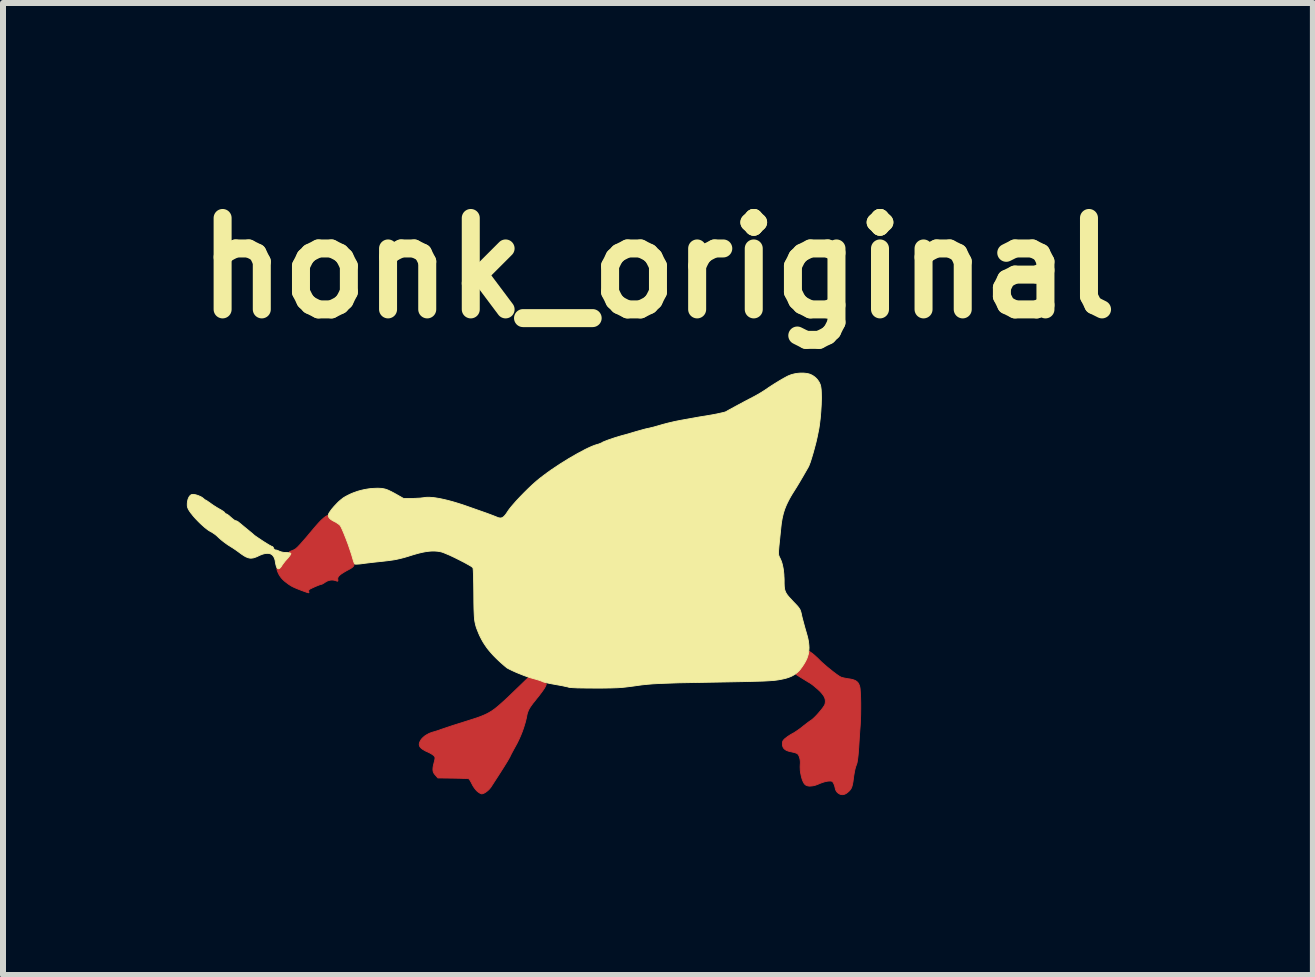
<source format=kicad_pcb>
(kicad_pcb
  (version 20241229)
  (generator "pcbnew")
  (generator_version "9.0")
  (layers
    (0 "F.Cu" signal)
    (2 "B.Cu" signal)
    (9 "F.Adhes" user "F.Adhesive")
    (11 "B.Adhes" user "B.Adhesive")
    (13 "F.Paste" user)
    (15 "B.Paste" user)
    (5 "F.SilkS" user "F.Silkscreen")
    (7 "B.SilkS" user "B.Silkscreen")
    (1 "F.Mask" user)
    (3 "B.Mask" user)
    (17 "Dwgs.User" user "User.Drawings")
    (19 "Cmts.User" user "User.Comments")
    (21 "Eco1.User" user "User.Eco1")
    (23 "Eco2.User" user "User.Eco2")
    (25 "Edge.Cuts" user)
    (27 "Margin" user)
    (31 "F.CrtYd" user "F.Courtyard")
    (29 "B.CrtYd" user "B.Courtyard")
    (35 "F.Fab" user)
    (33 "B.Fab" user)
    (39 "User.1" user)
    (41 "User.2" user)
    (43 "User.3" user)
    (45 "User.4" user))
  (footprint "honk_original"
    (layer "F.Cu")
    (at 7.918 6.668)
    (property "Reference" "honk_original" (at 0 -5.25 0) (layer "F.SilkS") (effects (font (size 1.524 1.524) (thickness 0.3))))
    (attr board_only exclude_from_pos_files exclude_from_bom)
    (fp_poly (pts (xy -3.014 3.471) (xy -3.019 3.466) (xy -3.025 3.461) (xy -3.03 3.454) (xy -3.036 3.448) (xy -3.042 3.441) (xy -3.048 3.433) (xy -3.054 3.425) (xy -3.06 3.417) (xy -3.066 3.409) (xy -3.072 3.4) (xy -3.077 3.391) (xy -3.083 3.383) (xy -3.088 3.374) (xy -3.092 3.365) (xy -3.097 3.357) (xy -3.101 3.349) (xy -3.109 3.333) (xy -3.117 3.318) (xy -3.125 3.304) (xy -3.132 3.291) (xy -3.14 3.281) (xy -3.143 3.276) (xy -3.146 3.272) (xy -3.149 3.269) (xy -3.151 3.266) (xy -3.154 3.264) (xy -3.156 3.263) (xy -3.159 3.263) (xy -3.164 3.262) (xy -3.182 3.26) (xy -3.208 3.259) (xy -3.241 3.258) (xy -3.28 3.256) (xy -3.323 3.255) (xy -3.371 3.254) (xy -3.421 3.253) (xy -3.669 3.25) (xy -3.71 3.203) (xy -3.719 3.193) (xy -3.726 3.184) (xy -3.73 3.179) (xy -3.733 3.174) (xy -3.736 3.169) (xy -3.738 3.164) (xy -3.741 3.159) (xy -3.743 3.154) (xy -3.745 3.149) (xy -3.746 3.144) (xy -3.748 3.139) (xy -3.749 3.133) (xy -3.75 3.128) (xy -3.75 3.122) (xy -3.751 3.116) (xy -3.751 3.11) (xy -3.751 3.103) (xy -3.751 3.097) (xy -3.75 3.09) (xy -3.75 3.082) (xy -3.748 3.067) (xy -3.745 3.05) (xy -3.741 3.032) (xy -3.736 3.012) (xy -3.731 2.991) (xy -3.724 2.965) (xy -3.722 2.955) (xy -3.72 2.945) (xy -3.718 2.937) (xy -3.717 2.929) (xy -3.717 2.923) (xy -3.717 2.917) (xy -3.717 2.912) (xy -3.718 2.907) (xy -3.719 2.902) (xy -3.721 2.898) (xy -3.724 2.894) (xy -3.727 2.89) (xy -3.73 2.885) (xy -3.734 2.88) (xy -3.737 2.877) (xy -3.741 2.874) (xy -3.745 2.871) (xy -3.75 2.867) (xy -3.756 2.863) (xy -3.762 2.859) (xy -3.768 2.855) (xy -3.775 2.85) (xy -3.782 2.846) (xy -3.79 2.842) (xy -3.798 2.837) (xy -3.805 2.833) (xy -3.814 2.829) (xy -3.822 2.825) (xy -3.83 2.821) (xy -3.838 2.817) (xy -3.864 2.806) (xy -3.887 2.794) (xy -3.907 2.782) (xy -3.925 2.771) (xy -3.933 2.765) (xy -3.94 2.76) (xy -3.947 2.754) (xy -3.953 2.748) (xy -3.958 2.742) (xy -3.963 2.737) (xy -3.967 2.731) (xy -3.971 2.725) (xy -3.973 2.719) (xy -3.976 2.712) (xy -3.977 2.706) (xy -3.979 2.7) (xy -3.979 2.693) (xy -3.979 2.687) (xy -3.979 2.68) (xy -3.977 2.673) (xy -3.976 2.666) (xy -3.973 2.659) (xy -3.971 2.652) (xy -3.967 2.644) (xy -3.963 2.636) (xy -3.959 2.628) (xy -3.949 2.612) (xy -3.941 2.602) (xy -3.933 2.592) (xy -3.923 2.582) (xy -3.913 2.572) (xy -3.902 2.563) (xy -3.891 2.553) (xy -3.878 2.544) (xy -3.865 2.536) (xy -3.851 2.527) (xy -3.837 2.52) (xy -3.823 2.512) (xy -3.808 2.505) (xy -3.792 2.499) (xy -3.777 2.493) (xy -3.761 2.488) (xy -3.745 2.483) (xy -3.732 2.48) (xy -3.717 2.475) (xy -3.701 2.47) (xy -3.684 2.465) (xy -3.648 2.453) (xy -3.632 2.447) (xy -3.616 2.441) (xy -3.571 2.426) (xy -3.503 2.403) (xy -3.419 2.375) (xy -3.33 2.347) (xy -3.099 2.274) (xy -3.019 2.248) (xy -2.958 2.226) (xy -2.909 2.206) (xy -2.869 2.188) (xy -2.831 2.169) (xy -2.793 2.147) (xy -2.778 2.138) (xy -2.763 2.128) (xy -2.746 2.116) (xy -2.729 2.104) (xy -2.711 2.09) (xy -2.692 2.075) (xy -2.671 2.058) (xy -2.65 2.04) (xy -2.603 1.998) (xy -2.549 1.95) (xy -2.489 1.894) (xy -2.422 1.829) (xy -2.158 1.574) (xy -2.064 1.598) (xy -2.022 1.61) (xy -1.983 1.621) (xy -1.949 1.633) (xy -1.92 1.645) (xy -1.907 1.65) (xy -1.896 1.656) (xy -1.886 1.661) (xy -1.878 1.666) (xy -1.871 1.671) (xy -1.866 1.675) (xy -1.863 1.68) (xy -1.863 1.682) (xy -1.863 1.683) (xy -1.863 1.687) (xy -1.863 1.69) (xy -1.864 1.694) (xy -1.865 1.698) (xy -1.868 1.706) (xy -1.872 1.716) (xy -1.878 1.727) (xy -1.884 1.739) (xy -1.892 1.753) (xy -1.901 1.767) (xy -1.912 1.783) (xy -1.923 1.799) (xy -1.936 1.817) (xy -1.95 1.836) (xy -1.966 1.857) (xy -1.982 1.878) (xy -2 1.901) (xy -2.02 1.925) (xy -2.063 1.98) (xy -2.082 2.003) (xy -2.098 2.025) (xy -2.113 2.045) (xy -2.125 2.063) (xy -2.136 2.08) (xy -2.146 2.097) (xy -2.154 2.112) (xy -2.161 2.127) (xy -2.167 2.143) (xy -2.173 2.158) (xy -2.178 2.174) (xy -2.182 2.19) (xy -2.186 2.208) (xy -2.189 2.227) (xy -2.195 2.255) (xy -2.202 2.284) (xy -2.209 2.313) (xy -2.218 2.344) (xy -2.237 2.406) (xy -2.259 2.47) (xy -2.284 2.533) (xy -2.311 2.595) (xy -2.339 2.654) (xy -2.354 2.683) (xy -2.369 2.71) (xy -2.401 2.768) (xy -2.429 2.82) (xy -2.451 2.862) (xy -2.458 2.876) (xy -2.463 2.886) (xy -2.466 2.894) (xy -2.471 2.904) (xy -2.488 2.933) (xy -2.51 2.972) (xy -2.539 3.019) (xy -2.573 3.074) (xy -2.612 3.135) (xy -2.654 3.201) (xy -2.7 3.272) (xy -2.786 3.405) (xy -2.793 3.414) (xy -2.801 3.424) (xy -2.809 3.434) (xy -2.819 3.444) (xy -2.828 3.453) (xy -2.839 3.462) (xy -2.849 3.471) (xy -2.86 3.479) (xy -2.871 3.487) (xy -2.882 3.494) (xy -2.892 3.5) (xy -2.903 3.505) (xy -2.913 3.509) (xy -2.922 3.512) (xy -2.926 3.513) (xy -2.93 3.514) (xy -2.934 3.515) (xy -2.938 3.515) (xy -2.939 3.515) (xy -2.941 3.515) (xy -2.944 3.514) (xy -2.948 3.513) (xy -2.952 3.511) (xy -2.956 3.51) (xy -2.961 3.507) (xy -2.966 3.505) (xy -2.971 3.502) (xy -2.976 3.499) (xy -2.981 3.496) (xy -2.987 3.492) (xy -2.992 3.488) (xy -2.998 3.484) (xy -3.003 3.48) (xy -3.009 3.475) (xy -3.014 3.471) (xy -3.014 3.471)) (stroke (width 0.014) (type solid)) (fill yes) (layer "F.Cu"))
    (fp_poly (pts (xy -5.942 0.124) (xy -5.991 0.105) (xy -6.031 0.089) (xy -6.049 0.081) (xy -6.066 0.074) (xy -6.081 0.066) (xy -6.096 0.059) (xy -6.111 0.051) (xy -6.124 0.042) (xy -6.138 0.034) (xy -6.152 0.025) (xy -6.18 0.004) (xy -6.212 -0.02) (xy -6.224 -0.03) (xy -6.236 -0.041) (xy -6.248 -0.052) (xy -6.259 -0.063) (xy -6.269 -0.074) (xy -6.279 -0.085) (xy -6.288 -0.097) (xy -6.297 -0.109) (xy -6.305 -0.122) (xy -6.313 -0.134) (xy -6.32 -0.147) (xy -6.327 -0.161) (xy -6.333 -0.174) (xy -6.339 -0.188) (xy -6.344 -0.202) (xy -6.349 -0.217) (xy -6.35 -0.221) (xy -6.352 -0.225) (xy -6.352 -0.229) (xy -6.353 -0.232) (xy -6.353 -0.233) (xy -6.353 -0.235) (xy -6.353 -0.236) (xy -6.353 -0.237) (xy -6.353 -0.238) (xy -6.352 -0.239) (xy -6.352 -0.24) (xy -6.352 -0.24) (xy -6.351 -0.241) (xy -6.35 -0.241) (xy -6.35 -0.242) (xy -6.349 -0.242) (xy -6.348 -0.243) (xy -6.347 -0.243) (xy -6.346 -0.243) (xy -6.345 -0.243) (xy -6.343 -0.243) (xy -6.342 -0.243) (xy -6.339 -0.242) (xy -6.335 -0.241) (xy -6.331 -0.24) (xy -6.329 -0.24) (xy -6.328 -0.24) (xy -6.326 -0.239) (xy -6.324 -0.239) (xy -6.322 -0.239) (xy -6.32 -0.239) (xy -6.319 -0.24) (xy -6.317 -0.24) (xy -6.315 -0.24) (xy -6.313 -0.241) (xy -6.312 -0.242) (xy -6.31 -0.243) (xy -6.308 -0.244) (xy -6.306 -0.245) (xy -6.304 -0.246) (xy -6.303 -0.247) (xy -6.301 -0.249) (xy -6.299 -0.25) (xy -6.297 -0.252) (xy -6.295 -0.254) (xy -6.293 -0.256) (xy -6.291 -0.258) (xy -6.288 -0.263) (xy -6.284 -0.268) (xy -6.279 -0.274) (xy -6.275 -0.281) (xy -6.27 -0.288) (xy -6.262 -0.301) (xy -6.252 -0.315) (xy -6.241 -0.331) (xy -6.228 -0.347) (xy -6.214 -0.364) (xy -6.2 -0.381) (xy -6.186 -0.397) (xy -6.172 -0.412) (xy -6.153 -0.434) (xy -6.145 -0.443) (xy -6.138 -0.45) (xy -6.132 -0.457) (xy -6.128 -0.464) (xy -6.124 -0.469) (xy -6.123 -0.471) (xy -6.122 -0.474) (xy -6.121 -0.476) (xy -6.12 -0.478) (xy -6.12 -0.48) (xy -6.12 -0.482) (xy -6.12 -0.483) (xy -6.12 -0.485) (xy -6.12 -0.487) (xy -6.121 -0.488) (xy -6.122 -0.49) (xy -6.123 -0.491) (xy -6.125 -0.494) (xy -6.128 -0.497) (xy -6.132 -0.5) (xy -6.134 -0.501) (xy -6.136 -0.503) (xy -6.138 -0.504) (xy -6.139 -0.506) (xy -6.141 -0.507) (xy -6.142 -0.508) (xy -6.143 -0.509) (xy -6.144 -0.51) (xy -6.144 -0.511) (xy -6.144 -0.512) (xy -6.145 -0.513) (xy -6.145 -0.513) (xy -6.145 -0.514) (xy -6.145 -0.514) (xy -6.145 -0.515) (xy -6.145 -0.515) (xy -6.144 -0.516) (xy -6.144 -0.516) (xy -6.144 -0.517) (xy -6.144 -0.518) (xy -6.143 -0.518) (xy -6.142 -0.519) (xy -6.141 -0.52) (xy -6.14 -0.521) (xy -6.138 -0.523) (xy -6.136 -0.524) (xy -6.134 -0.525) (xy -6.131 -0.526) (xy -6.129 -0.528) (xy -6.126 -0.529) (xy -6.123 -0.531) (xy -6.119 -0.532) (xy -6.111 -0.535) (xy -6.102 -0.539) (xy -6.092 -0.543) (xy -6.08 -0.548) (xy -6.074 -0.55) (xy -6.069 -0.553) (xy -6.064 -0.555) (xy -6.058 -0.558) (xy -6.053 -0.562) (xy -6.047 -0.565) (xy -6.041 -0.569) (xy -6.035 -0.574) (xy -6.029 -0.58) (xy -6.022 -0.586) (xy -6.014 -0.592) (xy -6.006 -0.6) (xy -5.998 -0.609) (xy -5.989 -0.618) (xy -5.979 -0.629) (xy -5.968 -0.64) (xy -5.944 -0.667) (xy -5.915 -0.7) (xy -5.882 -0.738) (xy -5.844 -0.782) (xy -5.801 -0.834) (xy -5.694 -0.96) (xy -5.677 -0.979) (xy -5.661 -0.997) (xy -5.644 -1.015) (xy -5.628 -1.032) (xy -5.612 -1.048) (xy -5.596 -1.062) (xy -5.581 -1.076) (xy -5.567 -1.088) (xy -5.554 -1.098) (xy -5.542 -1.107) (xy -5.531 -1.114) (xy -5.521 -1.119) (xy -5.514 -1.123) (xy -5.51 -1.123) (xy -5.507 -1.124) (xy -5.505 -1.123) (xy -5.503 -1.123) (xy -5.501 -1.121) (xy -5.5 -1.119) (xy -5.499 -1.116) (xy -5.498 -1.113) (xy -5.497 -1.11) (xy -5.495 -1.107) (xy -5.493 -1.104) (xy -5.492 -1.1) (xy -5.487 -1.094) (xy -5.483 -1.088) (xy -5.477 -1.082) (xy -5.471 -1.076) (xy -5.465 -1.07) (xy -5.457 -1.064) (xy -5.45 -1.058) (xy -5.441 -1.052) (xy -5.433 -1.046) (xy -5.423 -1.04) (xy -5.413 -1.034) (xy -5.403 -1.029) (xy -5.392 -1.023) (xy -5.385 -1.02) (xy -5.379 -1.017) (xy -5.366 -1.009) (xy -5.353 -1.001) (xy -5.34 -0.992) (xy -5.327 -0.984) (xy -5.316 -0.975) (xy -5.311 -0.971) (xy -5.307 -0.967) (xy -5.303 -0.963) (xy -5.299 -0.959) (xy -5.292 -0.95) (xy -5.283 -0.933) (xy -5.272 -0.911) (xy -5.259 -0.883) (xy -5.231 -0.815) (xy -5.199 -0.734) (xy -5.166 -0.646) (xy -5.135 -0.556) (xy -5.106 -0.47) (xy -5.083 -0.393) (xy -5.077 -0.374) (xy -5.073 -0.357) (xy -5.07 -0.342) (xy -5.068 -0.335) (xy -5.067 -0.328) (xy -5.067 -0.322) (xy -5.066 -0.316) (xy -5.066 -0.311) (xy -5.067 -0.305) (xy -5.068 -0.3) (xy -5.069 -0.295) (xy -5.07 -0.291) (xy -5.072 -0.286) (xy -5.075 -0.282) (xy -5.078 -0.278) (xy -5.081 -0.274) (xy -5.085 -0.27) (xy -5.089 -0.266) (xy -5.094 -0.262) (xy -5.099 -0.258) (xy -5.105 -0.253) (xy -5.118 -0.245) (xy -5.134 -0.235) (xy -5.152 -0.225) (xy -5.173 -0.214) (xy -5.197 -0.201) (xy -5.218 -0.189) (xy -5.238 -0.177) (xy -5.255 -0.166) (xy -5.271 -0.156) (xy -5.285 -0.146) (xy -5.297 -0.137) (xy -5.307 -0.128) (xy -5.316 -0.119) (xy -5.323 -0.111) (xy -5.329 -0.103) (xy -5.333 -0.095) (xy -5.336 -0.087) (xy -5.338 -0.079) (xy -5.339 -0.071) (xy -5.338 -0.063) (xy -5.337 -0.056) (xy -5.336 -0.051) (xy -5.336 -0.046) (xy -5.336 -0.042) (xy -5.336 -0.04) (xy -5.336 -0.038) (xy -5.336 -0.037) (xy -5.336 -0.036) (xy -5.337 -0.034) (xy -5.337 -0.033) (xy -5.338 -0.032) (xy -5.338 -0.032) (xy -5.339 -0.031) (xy -5.34 -0.031) (xy -5.341 -0.03) (xy -5.342 -0.03) (xy -5.343 -0.03) (xy -5.345 -0.03) (xy -5.346 -0.03) (xy -5.348 -0.031) (xy -5.352 -0.032) (xy -5.356 -0.033) (xy -5.361 -0.035) (xy -5.366 -0.037) (xy -5.377 -0.04) (xy -5.389 -0.044) (xy -5.4 -0.046) (xy -5.411 -0.048) (xy -5.423 -0.049) (xy -5.434 -0.049) (xy -5.446 -0.049) (xy -5.457 -0.048) (xy -5.469 -0.046) (xy -5.48 -0.043) (xy -5.491 -0.04) (xy -5.502 -0.036) (xy -5.513 -0.032) (xy -5.524 -0.026) (xy -5.534 -0.02) (xy -5.545 -0.014) (xy -5.555 -0.007) (xy -5.566 0.000107) (xy -5.576 0.006) (xy -5.585 0.011) (xy -5.593 0.016) (xy -5.599 0.019) (xy -5.602 0.02) (xy -5.605 0.021) (xy -5.606 0.022) (xy -5.608 0.022) (xy -5.614 0.023) (xy -5.623 0.025) (xy -5.635 0.029) (xy -5.649 0.034) (xy -5.682 0.047) (xy -5.718 0.062) (xy -5.753 0.078) (xy -5.784 0.093) (xy -5.796 0.099) (xy -5.806 0.105) (xy -5.813 0.11) (xy -5.817 0.113) (xy -5.818 0.115) (xy -5.819 0.117) (xy -5.82 0.119) (xy -5.821 0.121) (xy -5.821 0.123) (xy -5.822 0.125) (xy -5.822 0.128) (xy -5.823 0.13) (xy -5.823 0.132) (xy -5.823 0.135) (xy -5.823 0.137) (xy -5.823 0.139) (xy -5.822 0.141) (xy -5.822 0.143) (xy -5.822 0.145) (xy -5.821 0.147) (xy -5.82 0.149) (xy -5.82 0.151) (xy -5.819 0.153) (xy -5.819 0.155) (xy -5.818 0.157) (xy -5.818 0.158) (xy -5.818 0.159) (xy -5.818 0.159) (xy -5.819 0.16) (xy -5.819 0.16) (xy -5.819 0.161) (xy -5.819 0.161) (xy -5.82 0.161) (xy -5.82 0.162) (xy -5.821 0.162) (xy -5.821 0.162) (xy -5.822 0.162) (xy -5.823 0.163) (xy -5.824 0.163) (xy -5.825 0.163) (xy -5.827 0.163) (xy -5.829 0.162) (xy -5.832 0.162) (xy -5.835 0.161) (xy -5.839 0.16) (xy -5.843 0.159) (xy -5.847 0.158) (xy -5.852 0.156) (xy -5.857 0.155) (xy -5.863 0.153) (xy -5.87 0.15) (xy -5.884 0.145) (xy -5.901 0.139) (xy -5.92 0.132) (xy -5.942 0.124) (xy -5.942 0.124) (xy -5.942 0.124) (xy -5.942 0.124) (xy -5.942 0.124) (xy -5.942 0.124) (xy -5.942 0.124) (xy -5.942 0.124) (xy -5.942 0.124)) (stroke (width 0.014) (type solid)) (fill yes) (layer "F.Cu"))
    (fp_poly (pts (xy 3 3.5) (xy 2.996 3.496) (xy 2.992 3.493) (xy 2.988 3.489) (xy 2.984 3.484) (xy 2.98 3.48) (xy 2.977 3.475) (xy 2.973 3.47) (xy 2.97 3.464) (xy 2.967 3.459) (xy 2.965 3.453) (xy 2.962 3.448) (xy 2.96 3.442) (xy 2.958 3.436) (xy 2.956 3.43) (xy 2.955 3.424) (xy 2.954 3.418) (xy 2.952 3.412) (xy 2.951 3.406) (xy 2.948 3.394) (xy 2.945 3.382) (xy 2.941 3.37) (xy 2.936 3.359) (xy 2.932 3.348) (xy 2.93 3.343) (xy 2.927 3.339) (xy 2.925 3.334) (xy 2.923 3.331) (xy 2.92 3.325) (xy 2.918 3.323) (xy 2.916 3.321) (xy 2.915 3.319) (xy 2.913 3.317) (xy 2.911 3.315) (xy 2.909 3.313) (xy 2.908 3.312) (xy 2.906 3.31) (xy 2.904 3.309) (xy 2.902 3.308) (xy 2.9 3.306) (xy 2.898 3.305) (xy 2.896 3.305) (xy 2.894 3.304) (xy 2.891 3.303) (xy 2.889 3.303) (xy 2.886 3.302) (xy 2.883 3.302) (xy 2.88 3.301) (xy 2.877 3.301) (xy 2.874 3.301) (xy 2.87 3.301) (xy 2.867 3.301) (xy 2.863 3.301) (xy 2.854 3.302) (xy 2.845 3.302) (xy 2.834 3.303) (xy 2.827 3.304) (xy 2.819 3.305) (xy 2.811 3.307) (xy 2.802 3.309) (xy 2.783 3.313) (xy 2.762 3.319) (xy 2.742 3.326) (xy 2.721 3.333) (xy 2.702 3.34) (xy 2.693 3.344) (xy 2.684 3.348) (xy 2.665 3.356) (xy 2.646 3.363) (xy 2.628 3.37) (xy 2.61 3.375) (xy 2.593 3.379) (xy 2.576 3.382) (xy 2.56 3.384) (xy 2.545 3.385) (xy 2.53 3.386) (xy 2.516 3.385) (xy 2.503 3.383) (xy 2.49 3.38) (xy 2.479 3.376) (xy 2.468 3.371) (xy 2.458 3.365) (xy 2.45 3.357) (xy 2.445 3.353) (xy 2.441 3.348) (xy 2.432 3.335) (xy 2.424 3.32) (xy 2.416 3.303) (xy 2.408 3.284) (xy 2.401 3.264) (xy 2.395 3.242) (xy 2.389 3.219) (xy 2.384 3.195) (xy 2.379 3.171) (xy 2.375 3.147) (xy 2.372 3.122) (xy 2.371 3.098) (xy 2.37 3.075) (xy 2.37 3.053) (xy 2.371 3.032) (xy 2.372 3.016) (xy 2.373 3) (xy 2.373 2.985) (xy 2.372 2.969) (xy 2.37 2.954) (xy 2.368 2.94) (xy 2.365 2.926) (xy 2.361 2.913) (xy 2.357 2.9) (xy 2.353 2.889) (xy 2.348 2.878) (xy 2.343 2.868) (xy 2.337 2.86) (xy 2.33 2.852) (xy 2.324 2.846) (xy 2.32 2.844) (xy 2.317 2.842) (xy 2.314 2.84) (xy 2.31 2.839) (xy 2.305 2.837) (xy 2.3 2.835) (xy 2.289 2.831) (xy 2.276 2.827) (xy 2.261 2.823) (xy 2.246 2.82) (xy 2.23 2.816) (xy 2.215 2.813) (xy 2.197 2.809) (xy 2.181 2.805) (xy 2.166 2.8) (xy 2.152 2.795) (xy 2.139 2.789) (xy 2.128 2.783) (xy 2.123 2.779) (xy 2.118 2.775) (xy 2.113 2.772) (xy 2.108 2.768) (xy 2.104 2.764) (xy 2.1 2.76) (xy 2.097 2.755) (xy 2.093 2.751) (xy 2.09 2.746) (xy 2.087 2.741) (xy 2.085 2.736) (xy 2.083 2.731) (xy 2.081 2.725) (xy 2.079 2.72) (xy 2.077 2.714) (xy 2.076 2.708) (xy 2.075 2.702) (xy 2.075 2.696) (xy 2.074 2.683) (xy 2.074 2.675) (xy 2.075 2.668) (xy 2.075 2.661) (xy 2.076 2.654) (xy 2.078 2.648) (xy 2.079 2.643) (xy 2.08 2.64) (xy 2.081 2.637) (xy 2.083 2.634) (xy 2.084 2.632) (xy 2.087 2.626) (xy 2.091 2.621) (xy 2.095 2.616) (xy 2.1 2.611) (xy 2.105 2.605) (xy 2.111 2.599) (xy 2.118 2.593) (xy 2.126 2.587) (xy 2.138 2.578) (xy 2.152 2.567) (xy 2.167 2.556) (xy 2.184 2.545) (xy 2.201 2.534) (xy 2.218 2.524) (xy 2.235 2.514) (xy 2.251 2.505) (xy 2.268 2.496) (xy 2.287 2.484) (xy 2.307 2.47) (xy 2.329 2.456) (xy 2.351 2.44) (xy 2.373 2.424) (xy 2.394 2.408) (xy 2.413 2.393) (xy 2.432 2.377) (xy 2.452 2.362) (xy 2.471 2.347) (xy 2.49 2.333) (xy 2.507 2.319) (xy 2.524 2.308) (xy 2.537 2.298) (xy 2.549 2.291) (xy 2.561 2.282) (xy 2.576 2.27) (xy 2.592 2.256) (xy 2.61 2.239) (xy 2.628 2.221) (xy 2.647 2.201) (xy 2.666 2.18) (xy 2.685 2.158) (xy 2.703 2.137) (xy 2.721 2.116) (xy 2.737 2.095) (xy 2.751 2.076) (xy 2.763 2.059) (xy 2.773 2.043) (xy 2.78 2.03) (xy 2.782 2.024) (xy 2.784 2.019) (xy 2.787 2.005) (xy 2.789 1.99) (xy 2.79 1.983) (xy 2.79 1.976) (xy 2.79 1.969) (xy 2.79 1.963) (xy 2.789 1.956) (xy 2.789 1.949) (xy 2.787 1.942) (xy 2.786 1.936) (xy 2.784 1.929) (xy 2.782 1.922) (xy 2.779 1.915) (xy 2.777 1.909) (xy 2.774 1.902) (xy 2.77 1.895) (xy 2.762 1.881) (xy 2.753 1.867) (xy 2.742 1.853) (xy 2.73 1.838) (xy 2.716 1.822) (xy 2.701 1.806) (xy 2.684 1.79) (xy 2.665 1.772) (xy 2.644 1.754) (xy 2.623 1.736) (xy 2.603 1.719) (xy 2.583 1.703) (xy 2.564 1.689) (xy 2.548 1.677) (xy 2.54 1.672) (xy 2.534 1.668) (xy 2.503 1.65) (xy 2.466 1.627) (xy 2.425 1.602) (xy 2.386 1.578) (xy 2.3 1.523) (xy 2.336 1.485) (xy 2.347 1.472) (xy 2.359 1.457) (xy 2.372 1.441) (xy 2.385 1.424) (xy 2.397 1.405) (xy 2.41 1.386) (xy 2.423 1.366) (xy 2.435 1.347) (xy 2.447 1.326) (xy 2.458 1.307) (xy 2.468 1.287) (xy 2.477 1.268) (xy 2.486 1.251) (xy 2.493 1.234) (xy 2.499 1.218) (xy 2.503 1.204) (xy 2.522 1.139) (xy 2.566 1.17) (xy 2.571 1.173) (xy 2.577 1.178) (xy 2.59 1.189) (xy 2.606 1.202) (xy 2.623 1.217) (xy 2.641 1.234) (xy 2.66 1.251) (xy 2.679 1.27) (xy 2.697 1.288) (xy 2.713 1.304) (xy 2.732 1.322) (xy 2.776 1.361) (xy 2.825 1.403) (xy 2.877 1.445) (xy 2.927 1.485) (xy 2.974 1.52) (xy 3.014 1.548) (xy 3.031 1.558) (xy 3.045 1.566) (xy 3.048 1.568) (xy 3.053 1.57) (xy 3.058 1.572) (xy 3.064 1.574) (xy 3.079 1.578) (xy 3.096 1.582) (xy 3.115 1.586) (xy 3.136 1.59) (xy 3.157 1.594) (xy 3.178 1.597) (xy 3.2 1.6) (xy 3.22 1.604) (xy 3.238 1.608) (xy 3.255 1.613) (xy 3.27 1.618) (xy 3.284 1.624) (xy 3.296 1.63) (xy 3.308 1.638) (xy 3.313 1.641) (xy 3.318 1.646) (xy 3.322 1.65) (xy 3.327 1.654) (xy 3.331 1.659) (xy 3.335 1.664) (xy 3.342 1.675) (xy 3.348 1.687) (xy 3.354 1.7) (xy 3.359 1.714) (xy 3.364 1.73) (xy 3.367 1.745) (xy 3.37 1.768) (xy 3.374 1.83) (xy 3.378 1.909) (xy 3.38 2) (xy 3.38 2.097) (xy 3.379 2.194) (xy 3.376 2.284) (xy 3.372 2.363) (xy 3.36 2.525) (xy 3.347 2.735) (xy 3.342 2.798) (xy 3.338 2.852) (xy 3.333 2.899) (xy 3.328 2.938) (xy 3.323 2.971) (xy 3.318 2.999) (xy 3.311 3.021) (xy 3.304 3.04) (xy 3.301 3.047) (xy 3.298 3.056) (xy 3.295 3.065) (xy 3.292 3.075) (xy 3.286 3.098) (xy 3.28 3.123) (xy 3.275 3.15) (xy 3.27 3.178) (xy 3.265 3.206) (xy 3.261 3.234) (xy 3.254 3.289) (xy 3.251 3.313) (xy 3.247 3.334) (xy 3.243 3.353) (xy 3.239 3.371) (xy 3.235 3.387) (xy 3.23 3.401) (xy 3.225 3.414) (xy 3.219 3.426) (xy 3.212 3.437) (xy 3.205 3.447) (xy 3.197 3.457) (xy 3.188 3.467) (xy 3.178 3.476) (xy 3.167 3.486) (xy 3.156 3.495) (xy 3.145 3.503) (xy 3.135 3.51) (xy 3.129 3.513) (xy 3.124 3.516) (xy 3.119 3.518) (xy 3.113 3.52) (xy 3.108 3.522) (xy 3.103 3.524) (xy 3.098 3.525) (xy 3.092 3.526) (xy 3.087 3.527) (xy 3.082 3.528) (xy 3.077 3.528) (xy 3.071 3.528) (xy 3.066 3.528) (xy 3.061 3.527) (xy 3.056 3.527) (xy 3.051 3.526) (xy 3.045 3.524) (xy 3.04 3.523) (xy 3.035 3.521) (xy 3.03 3.519) (xy 3.025 3.516) (xy 3.02 3.513) (xy 3.015 3.51) (xy 3.01 3.507) (xy 3.005 3.504) (xy 3 3.5) (xy 3 3.5) (xy 3 3.5) (xy 3 3.5) (xy 3 3.5) (xy 3 3.5) (xy 3 3.5) (xy 3 3.5) (xy 3 3.5) (xy 3 3.5) (xy 3 3.5) (xy 3 3.5)) (stroke (width 0.014) (type solid)) (fill yes) (layer "F.Cu"))
    (fp_poly (pts (xy -4.775 -0.987) (xy -4.767 -0.995) (xy -4.761 -1.003) (xy -4.755 -1.012) (xy -4.75 -1.021) (xy -4.747 -1.03) (xy -4.744 -1.038) (xy -4.742 -1.047) (xy -4.741 -1.056) (xy -4.741 -1.064) (xy -4.742 -1.073) (xy -4.743 -1.081) (xy -4.746 -1.089) (xy -4.749 -1.097) (xy -4.752 -1.104) (xy -4.756 -1.111) (xy -4.761 -1.118) (xy -4.767 -1.124) (xy -4.773 -1.129) (xy -4.779 -1.135) (xy -4.786 -1.139) (xy -4.794 -1.143) (xy -4.802 -1.147) (xy -4.81 -1.15) (xy -4.819 -1.152) (xy -4.828 -1.153) (xy -4.837 -1.153) (xy -4.847 -1.153) (xy -4.856 -1.152) (xy -4.866 -1.15) (xy -4.876 -1.147) (xy -4.887 -1.143) (xy -4.897 -1.138) (xy -4.902 -1.135) (xy -4.906 -1.132) (xy -4.91 -1.128) (xy -4.914 -1.124) (xy -4.917 -1.119) (xy -4.921 -1.114) (xy -4.923 -1.109) (xy -4.926 -1.104) (xy -4.928 -1.098) (xy -4.93 -1.092) (xy -4.931 -1.086) (xy -4.932 -1.079) (xy -4.933 -1.073) (xy -4.934 -1.066) (xy -4.934 -1.06) (xy -4.934 -1.053) (xy -4.934 -1.046) (xy -4.933 -1.04) (xy -4.932 -1.033) (xy -4.931 -1.026) (xy -4.929 -1.02) (xy -4.927 -1.013) (xy -4.925 -1.007) (xy -4.923 -1.001) (xy -4.92 -0.995) (xy -4.917 -0.99) (xy -4.913 -0.984) (xy -4.909 -0.979) (xy -4.905 -0.974) (xy -4.901 -0.97) (xy -4.897 -0.966) (xy -4.892 -0.962) (xy -4.889 -0.961) (xy -4.886 -0.959) (xy -4.882 -0.957) (xy -4.879 -0.956) (xy -4.876 -0.955) (xy -4.872 -0.954) (xy -4.869 -0.953) (xy -4.865 -0.953) (xy -4.861 -0.952) (xy -4.858 -0.952) (xy -4.854 -0.952) (xy -4.85 -0.952) (xy -4.842 -0.952) (xy -4.835 -0.954) (xy -4.827 -0.956) (xy -4.819 -0.958) (xy -4.811 -0.962) (xy -4.803 -0.965) (xy -4.796 -0.97) (xy -4.789 -0.975) (xy -4.782 -0.98) (xy -4.778 -0.983) (xy -4.775 -0.987) (xy -4.775 -0.987)) (stroke (width 0.014) (type solid)) (fill yes) (layer "F.Mask"))
    (fp_poly (pts (xy -4.903 0.838) (xy -4.907 0.837) (xy -4.912 0.835) (xy -4.917 0.833) (xy -4.922 0.83) (xy -4.927 0.828) (xy -4.933 0.825) (xy -4.938 0.822) (xy -4.943 0.819) (xy -4.949 0.816) (xy -4.954 0.812) (xy -4.959 0.809) (xy -4.964 0.805) (xy -4.969 0.802) (xy -4.973 0.798) (xy -4.978 0.794) (xy -4.982 0.791) (xy -4.991 0.783) (xy -5.003 0.773) (xy -5.017 0.761) (xy -5.033 0.749) (xy -5.051 0.736) (xy -5.069 0.723) (xy -5.087 0.709) (xy -5.105 0.697) (xy -5.19 0.636) (xy -5.295 0.558) (xy -5.531 0.382) (xy -5.732 0.228) (xy -5.795 0.177) (xy -5.819 0.154) (xy -5.821 0.151) (xy -5.822 0.148) (xy -5.823 0.145) (xy -5.823 0.142) (xy -5.823 0.139) (xy -5.824 0.136) (xy -5.823 0.133) (xy -5.823 0.13) (xy -5.822 0.127) (xy -5.821 0.124) (xy -5.82 0.122) (xy -5.818 0.119) (xy -5.816 0.116) (xy -5.814 0.114) (xy -5.811 0.111) (xy -5.809 0.108) (xy -5.805 0.105) (xy -5.802 0.103) (xy -5.798 0.1) (xy -5.794 0.097) (xy -5.789 0.094) (xy -5.784 0.092) (xy -5.779 0.089) (xy -5.774 0.086) (xy -5.768 0.083) (xy -5.761 0.08) (xy -5.747 0.074) (xy -5.732 0.067) (xy -5.714 0.06) (xy -5.676 0.045) (xy -5.643 0.033) (xy -5.629 0.029) (xy -5.618 0.025) (xy -5.611 0.023) (xy -5.607 0.022) (xy -5.606 0.022) (xy -5.606 0.022) (xy -5.604 0.021) (xy -5.602 0.02) (xy -5.599 0.019) (xy -5.596 0.018) (xy -5.593 0.016) (xy -5.589 0.014) (xy -5.585 0.011) (xy -5.576 0.006) (xy -5.566 0.000107) (xy -5.555 -0.007) (xy -5.545 -0.014) (xy -5.532 -0.022) (xy -5.519 -0.029) (xy -5.506 -0.035) (xy -5.493 -0.04) (xy -5.48 -0.043) (xy -5.467 -0.046) (xy -5.454 -0.048) (xy -5.44 -0.048) (xy -5.426 -0.048) (xy -5.412 -0.046) (xy -5.398 -0.044) (xy -5.383 -0.04) (xy -5.369 -0.035) (xy -5.353 -0.029) (xy -5.338 -0.022) (xy -5.322 -0.014) (xy -5.261 0.021) (xy -5.169 0.079) (xy -4.933 0.231) (xy -4.709 0.381) (xy -4.631 0.436) (xy -4.591 0.467) (xy -4.587 0.471) (xy -4.585 0.473) (xy -4.583 0.475) (xy -4.581 0.477) (xy -4.58 0.479) (xy -4.578 0.482) (xy -4.577 0.484) (xy -4.576 0.486) (xy -4.574 0.489) (xy -4.573 0.492) (xy -4.572 0.494) (xy -4.571 0.497) (xy -4.57 0.5) (xy -4.57 0.503) (xy -4.569 0.507) (xy -4.568 0.51) (xy -4.568 0.514) (xy -4.567 0.518) (xy -4.567 0.522) (xy -4.566 0.53) (xy -4.565 0.54) (xy -4.565 0.551) (xy -4.565 0.562) (xy -4.565 0.575) (xy -4.566 0.589) (xy -4.566 0.61) (xy -4.568 0.63) (xy -4.569 0.647) (xy -4.572 0.663) (xy -4.575 0.677) (xy -4.577 0.684) (xy -4.579 0.69) (xy -4.581 0.697) (xy -4.584 0.703) (xy -4.587 0.708) (xy -4.59 0.714) (xy -4.593 0.719) (xy -4.597 0.725) (xy -4.601 0.73) (xy -4.606 0.735) (xy -4.61 0.74) (xy -4.615 0.745) (xy -4.627 0.754) (xy -4.64 0.764) (xy -4.654 0.774) (xy -4.671 0.784) (xy -4.689 0.794) (xy -4.705 0.803) (xy -4.721 0.812) (xy -4.736 0.819) (xy -4.751 0.825) (xy -4.765 0.831) (xy -4.779 0.835) (xy -4.792 0.839) (xy -4.805 0.842) (xy -4.818 0.845) (xy -4.831 0.846) (xy -4.843 0.847) (xy -4.856 0.847) (xy -4.868 0.846) (xy -4.88 0.844) (xy -4.891 0.841) (xy -4.903 0.838) (xy -4.903 0.838) (xy -4.903 0.838) (xy -4.903 0.838) (xy -4.903 0.838) (xy -4.903 0.838) (xy -4.903 0.838) (xy -4.903 0.838) (xy -4.903 0.838) (xy -4.903 0.838) (xy -4.903 0.838) (xy -4.903 0.838)) (stroke (width 0.014) (type solid)) (fill yes) (layer "F.Mask"))
    (fp_poly (pts (xy -3.014 3.471) (xy -3.019 3.466) (xy -3.025 3.461) (xy -3.03 3.454) (xy -3.036 3.448) (xy -3.042 3.441) (xy -3.048 3.433) (xy -3.054 3.425) (xy -3.06 3.417) (xy -3.066 3.409) (xy -3.072 3.4) (xy -3.077 3.391) (xy -3.083 3.383) (xy -3.088 3.374) (xy -3.092 3.365) (xy -3.097 3.357) (xy -3.101 3.349) (xy -3.109 3.333) (xy -3.117 3.318) (xy -3.125 3.304) (xy -3.132 3.291) (xy -3.14 3.281) (xy -3.143 3.276) (xy -3.146 3.272) (xy -3.149 3.269) (xy -3.151 3.266) (xy -3.154 3.264) (xy -3.156 3.263) (xy -3.159 3.263) (xy -3.164 3.262) (xy -3.182 3.26) (xy -3.208 3.259) (xy -3.241 3.258) (xy -3.28 3.256) (xy -3.323 3.255) (xy -3.371 3.254) (xy -3.421 3.253) (xy -3.669 3.25) (xy -3.71 3.203) (xy -3.719 3.193) (xy -3.726 3.184) (xy -3.73 3.179) (xy -3.733 3.174) (xy -3.736 3.169) (xy -3.738 3.164) (xy -3.741 3.159) (xy -3.743 3.154) (xy -3.745 3.149) (xy -3.746 3.144) (xy -3.748 3.139) (xy -3.749 3.133) (xy -3.75 3.128) (xy -3.75 3.122) (xy -3.751 3.116) (xy -3.751 3.11) (xy -3.751 3.103) (xy -3.751 3.097) (xy -3.75 3.09) (xy -3.75 3.082) (xy -3.748 3.067) (xy -3.745 3.05) (xy -3.741 3.032) (xy -3.736 3.012) (xy -3.731 2.991) (xy -3.724 2.965) (xy -3.722 2.955) (xy -3.72 2.945) (xy -3.718 2.937) (xy -3.717 2.929) (xy -3.717 2.923) (xy -3.717 2.917) (xy -3.717 2.912) (xy -3.718 2.907) (xy -3.719 2.902) (xy -3.721 2.898) (xy -3.724 2.894) (xy -3.727 2.89) (xy -3.73 2.885) (xy -3.734 2.88) (xy -3.737 2.877) (xy -3.741 2.874) (xy -3.745 2.871) (xy -3.75 2.867) (xy -3.756 2.863) (xy -3.762 2.859) (xy -3.768 2.855) (xy -3.775 2.85) (xy -3.782 2.846) (xy -3.79 2.842) (xy -3.798 2.837) (xy -3.805 2.833) (xy -3.814 2.829) (xy -3.822 2.825) (xy -3.83 2.821) (xy -3.838 2.817) (xy -3.864 2.806) (xy -3.887 2.794) (xy -3.907 2.782) (xy -3.925 2.771) (xy -3.933 2.765) (xy -3.94 2.76) (xy -3.947 2.754) (xy -3.953 2.748) (xy -3.958 2.742) (xy -3.963 2.737) (xy -3.967 2.731) (xy -3.971 2.725) (xy -3.973 2.719) (xy -3.976 2.712) (xy -3.977 2.706) (xy -3.979 2.7) (xy -3.979 2.693) (xy -3.979 2.687) (xy -3.979 2.68) (xy -3.977 2.673) (xy -3.976 2.666) (xy -3.973 2.659) (xy -3.971 2.652) (xy -3.967 2.644) (xy -3.963 2.636) (xy -3.959 2.628) (xy -3.949 2.612) (xy -3.941 2.602) (xy -3.933 2.592) (xy -3.923 2.582) (xy -3.913 2.572) (xy -3.902 2.563) (xy -3.891 2.553) (xy -3.878 2.544) (xy -3.865 2.536) (xy -3.851 2.527) (xy -3.837 2.52) (xy -3.823 2.512) (xy -3.808 2.505) (xy -3.792 2.499) (xy -3.777 2.493) (xy -3.761 2.488) (xy -3.745 2.483) (xy -3.732 2.48) (xy -3.717 2.475) (xy -3.701 2.47) (xy -3.684 2.465) (xy -3.648 2.453) (xy -3.632 2.447) (xy -3.616 2.441) (xy -3.571 2.426) (xy -3.503 2.403) (xy -3.419 2.375) (xy -3.33 2.347) (xy -3.099 2.274) (xy -3.019 2.248) (xy -2.958 2.226) (xy -2.909 2.206) (xy -2.869 2.188) (xy -2.831 2.169) (xy -2.793 2.147) (xy -2.778 2.138) (xy -2.763 2.128) (xy -2.746 2.116) (xy -2.729 2.104) (xy -2.711 2.09) (xy -2.692 2.075) (xy -2.671 2.058) (xy -2.65 2.04) (xy -2.603 1.998) (xy -2.549 1.95) (xy -2.489 1.894) (xy -2.422 1.829) (xy -2.158 1.574) (xy -2.064 1.598) (xy -2.022 1.61) (xy -1.983 1.621) (xy -1.949 1.633) (xy -1.92 1.645) (xy -1.907 1.65) (xy -1.896 1.656) (xy -1.886 1.661) (xy -1.878 1.666) (xy -1.871 1.671) (xy -1.866 1.675) (xy -1.863 1.68) (xy -1.863 1.682) (xy -1.863 1.683) (xy -1.863 1.687) (xy -1.863 1.69) (xy -1.864 1.694) (xy -1.865 1.698) (xy -1.868 1.706) (xy -1.872 1.716) (xy -1.878 1.727) (xy -1.884 1.739) (xy -1.892 1.753) (xy -1.901 1.767) (xy -1.912 1.783) (xy -1.923 1.799) (xy -1.936 1.817) (xy -1.95 1.836) (xy -1.966 1.857) (xy -1.982 1.878) (xy -2 1.901) (xy -2.02 1.925) (xy -2.063 1.98) (xy -2.082 2.003) (xy -2.098 2.025) (xy -2.113 2.045) (xy -2.125 2.063) (xy -2.136 2.08) (xy -2.146 2.097) (xy -2.154 2.112) (xy -2.161 2.127) (xy -2.167 2.143) (xy -2.173 2.158) (xy -2.178 2.174) (xy -2.182 2.19) (xy -2.186 2.208) (xy -2.189 2.227) (xy -2.195 2.255) (xy -2.202 2.284) (xy -2.209 2.313) (xy -2.218 2.344) (xy -2.237 2.406) (xy -2.259 2.47) (xy -2.284 2.533) (xy -2.311 2.595) (xy -2.339 2.654) (xy -2.354 2.683) (xy -2.369 2.71) (xy -2.401 2.768) (xy -2.429 2.82) (xy -2.451 2.862) (xy -2.458 2.876) (xy -2.463 2.886) (xy -2.466 2.894) (xy -2.471 2.904) (xy -2.488 2.933) (xy -2.51 2.972) (xy -2.539 3.019) (xy -2.573 3.074) (xy -2.612 3.135) (xy -2.654 3.201) (xy -2.7 3.272) (xy -2.786 3.405) (xy -2.793 3.414) (xy -2.801 3.424) (xy -2.809 3.434) (xy -2.819 3.444) (xy -2.828 3.453) (xy -2.839 3.462) (xy -2.849 3.471) (xy -2.86 3.479) (xy -2.871 3.487) (xy -2.882 3.494) (xy -2.892 3.5) (xy -2.903 3.505) (xy -2.913 3.509) (xy -2.922 3.512) (xy -2.926 3.513) (xy -2.93 3.514) (xy -2.934 3.515) (xy -2.938 3.515) (xy -2.939 3.515) (xy -2.941 3.515) (xy -2.944 3.514) (xy -2.948 3.513) (xy -2.952 3.511) (xy -2.956 3.51) (xy -2.961 3.507) (xy -2.966 3.505) (xy -2.971 3.502) (xy -2.976 3.499) (xy -2.981 3.496) (xy -2.987 3.492) (xy -2.992 3.488) (xy -2.998 3.484) (xy -3.003 3.48) (xy -3.009 3.475) (xy -3.014 3.471) (xy -3.014 3.471)) (stroke (width 0.014) (type solid)) (fill yes) (layer "F.Mask"))
    (fp_poly (pts (xy -5.942 0.124) (xy -5.991 0.105) (xy -6.031 0.089) (xy -6.049 0.081) (xy -6.066 0.074) (xy -6.081 0.066) (xy -6.096 0.059) (xy -6.111 0.051) (xy -6.124 0.042) (xy -6.138 0.034) (xy -6.152 0.025) (xy -6.18 0.004) (xy -6.212 -0.02) (xy -6.224 -0.03) (xy -6.236 -0.041) (xy -6.248 -0.052) (xy -6.259 -0.063) (xy -6.269 -0.074) (xy -6.279 -0.085) (xy -6.288 -0.097) (xy -6.297 -0.109) (xy -6.305 -0.122) (xy -6.313 -0.134) (xy -6.32 -0.147) (xy -6.327 -0.161) (xy -6.333 -0.174) (xy -6.339 -0.188) (xy -6.344 -0.202) (xy -6.349 -0.217) (xy -6.35 -0.221) (xy -6.352 -0.225) (xy -6.352 -0.229) (xy -6.353 -0.232) (xy -6.353 -0.233) (xy -6.353 -0.235) (xy -6.353 -0.236) (xy -6.353 -0.237) (xy -6.353 -0.238) (xy -6.352 -0.239) (xy -6.352 -0.24) (xy -6.352 -0.24) (xy -6.351 -0.241) (xy -6.35 -0.241) (xy -6.35 -0.242) (xy -6.349 -0.242) (xy -6.348 -0.243) (xy -6.347 -0.243) (xy -6.346 -0.243) (xy -6.345 -0.243) (xy -6.343 -0.243) (xy -6.342 -0.243) (xy -6.339 -0.242) (xy -6.335 -0.241) (xy -6.331 -0.24) (xy -6.329 -0.24) (xy -6.328 -0.24) (xy -6.326 -0.239) (xy -6.324 -0.239) (xy -6.322 -0.239) (xy -6.32 -0.239) (xy -6.319 -0.24) (xy -6.317 -0.24) (xy -6.315 -0.24) (xy -6.313 -0.241) (xy -6.312 -0.242) (xy -6.31 -0.243) (xy -6.308 -0.244) (xy -6.306 -0.245) (xy -6.304 -0.246) (xy -6.303 -0.247) (xy -6.301 -0.249) (xy -6.299 -0.25) (xy -6.297 -0.252) (xy -6.295 -0.254) (xy -6.293 -0.256) (xy -6.291 -0.258) (xy -6.288 -0.263) (xy -6.284 -0.268) (xy -6.279 -0.274) (xy -6.275 -0.281) (xy -6.27 -0.288) (xy -6.262 -0.301) (xy -6.252 -0.315) (xy -6.241 -0.331) (xy -6.228 -0.347) (xy -6.214 -0.364) (xy -6.2 -0.381) (xy -6.186 -0.397) (xy -6.172 -0.412) (xy -6.153 -0.434) (xy -6.145 -0.443) (xy -6.138 -0.45) (xy -6.132 -0.457) (xy -6.128 -0.464) (xy -6.124 -0.469) (xy -6.123 -0.471) (xy -6.122 -0.474) (xy -6.121 -0.476) (xy -6.12 -0.478) (xy -6.12 -0.48) (xy -6.12 -0.482) (xy -6.12 -0.483) (xy -6.12 -0.485) (xy -6.12 -0.487) (xy -6.121 -0.488) (xy -6.122 -0.49) (xy -6.123 -0.491) (xy -6.125 -0.494) (xy -6.128 -0.497) (xy -6.132 -0.5) (xy -6.134 -0.501) (xy -6.136 -0.503) (xy -6.138 -0.504) (xy -6.139 -0.506) (xy -6.141 -0.507) (xy -6.142 -0.508) (xy -6.143 -0.509) (xy -6.144 -0.51) (xy -6.144 -0.511) (xy -6.144 -0.512) (xy -6.145 -0.513) (xy -6.145 -0.513) (xy -6.145 -0.514) (xy -6.145 -0.514) (xy -6.145 -0.515) (xy -6.145 -0.515) (xy -6.144 -0.516) (xy -6.144 -0.516) (xy -6.144 -0.517) (xy -6.144 -0.518) (xy -6.143 -0.518) (xy -6.142 -0.519) (xy -6.141 -0.52) (xy -6.14 -0.521) (xy -6.138 -0.523) (xy -6.136 -0.524) (xy -6.134 -0.525) (xy -6.131 -0.526) (xy -6.129 -0.528) (xy -6.126 -0.529) (xy -6.123 -0.531) (xy -6.119 -0.532) (xy -6.111 -0.535) (xy -6.102 -0.539) (xy -6.092 -0.543) (xy -6.08 -0.548) (xy -6.074 -0.55) (xy -6.069 -0.553) (xy -6.064 -0.555) (xy -6.058 -0.558) (xy -6.053 -0.562) (xy -6.047 -0.565) (xy -6.041 -0.569) (xy -6.035 -0.574) (xy -6.029 -0.58) (xy -6.022 -0.586) (xy -6.014 -0.592) (xy -6.006 -0.6) (xy -5.998 -0.609) (xy -5.989 -0.618) (xy -5.979 -0.629) (xy -5.968 -0.64) (xy -5.944 -0.667) (xy -5.915 -0.7) (xy -5.882 -0.738) (xy -5.844 -0.782) (xy -5.801 -0.834) (xy -5.694 -0.96) (xy -5.677 -0.979) (xy -5.661 -0.997) (xy -5.644 -1.015) (xy -5.628 -1.032) (xy -5.612 -1.048) (xy -5.596 -1.062) (xy -5.581 -1.076) (xy -5.567 -1.088) (xy -5.554 -1.098) (xy -5.542 -1.107) (xy -5.531 -1.114) (xy -5.521 -1.119) (xy -5.514 -1.123) (xy -5.51 -1.123) (xy -5.507 -1.124) (xy -5.505 -1.123) (xy -5.503 -1.123) (xy -5.501 -1.121) (xy -5.5 -1.119) (xy -5.499 -1.116) (xy -5.498 -1.113) (xy -5.497 -1.11) (xy -5.495 -1.107) (xy -5.493 -1.104) (xy -5.492 -1.1) (xy -5.487 -1.094) (xy -5.483 -1.088) (xy -5.477 -1.082) (xy -5.471 -1.076) (xy -5.465 -1.07) (xy -5.457 -1.064) (xy -5.45 -1.058) (xy -5.441 -1.052) (xy -5.433 -1.046) (xy -5.423 -1.04) (xy -5.413 -1.034) (xy -5.403 -1.029) (xy -5.392 -1.023) (xy -5.385 -1.02) (xy -5.379 -1.017) (xy -5.366 -1.009) (xy -5.353 -1.001) (xy -5.34 -0.992) (xy -5.327 -0.984) (xy -5.316 -0.975) (xy -5.311 -0.971) (xy -5.307 -0.967) (xy -5.303 -0.963) (xy -5.299 -0.959) (xy -5.292 -0.95) (xy -5.283 -0.933) (xy -5.272 -0.911) (xy -5.259 -0.883) (xy -5.231 -0.815) (xy -5.199 -0.734) (xy -5.166 -0.646) (xy -5.135 -0.556) (xy -5.106 -0.47) (xy -5.083 -0.393) (xy -5.077 -0.374) (xy -5.073 -0.357) (xy -5.07 -0.342) (xy -5.068 -0.335) (xy -5.067 -0.328) (xy -5.067 -0.322) (xy -5.066 -0.316) (xy -5.066 -0.311) (xy -5.067 -0.305) (xy -5.068 -0.3) (xy -5.069 -0.295) (xy -5.07 -0.291) (xy -5.072 -0.286) (xy -5.075 -0.282) (xy -5.078 -0.278) (xy -5.081 -0.274) (xy -5.085 -0.27) (xy -5.089 -0.266) (xy -5.094 -0.262) (xy -5.099 -0.258) (xy -5.105 -0.253) (xy -5.118 -0.245) (xy -5.134 -0.235) (xy -5.152 -0.225) (xy -5.173 -0.214) (xy -5.197 -0.201) (xy -5.218 -0.189) (xy -5.238 -0.177) (xy -5.255 -0.166) (xy -5.271 -0.156) (xy -5.285 -0.146) (xy -5.297 -0.137) (xy -5.307 -0.128) (xy -5.316 -0.119) (xy -5.323 -0.111) (xy -5.329 -0.103) (xy -5.333 -0.095) (xy -5.336 -0.087) (xy -5.338 -0.079) (xy -5.339 -0.071) (xy -5.338 -0.063) (xy -5.337 -0.056) (xy -5.336 -0.051) (xy -5.336 -0.046) (xy -5.336 -0.042) (xy -5.336 -0.04) (xy -5.336 -0.038) (xy -5.336 -0.037) (xy -5.336 -0.036) (xy -5.337 -0.034) (xy -5.337 -0.033) (xy -5.338 -0.032) (xy -5.338 -0.032) (xy -5.339 -0.031) (xy -5.34 -0.031) (xy -5.341 -0.03) (xy -5.342 -0.03) (xy -5.343 -0.03) (xy -5.345 -0.03) (xy -5.346 -0.03) (xy -5.348 -0.031) (xy -5.352 -0.032) (xy -5.356 -0.033) (xy -5.361 -0.035) (xy -5.366 -0.037) (xy -5.377 -0.04) (xy -5.389 -0.044) (xy -5.4 -0.046) (xy -5.411 -0.048) (xy -5.423 -0.049) (xy -5.434 -0.049) (xy -5.446 -0.049) (xy -5.457 -0.048) (xy -5.469 -0.046) (xy -5.48 -0.043) (xy -5.491 -0.04) (xy -5.502 -0.036) (xy -5.513 -0.032) (xy -5.524 -0.026) (xy -5.534 -0.02) (xy -5.545 -0.014) (xy -5.555 -0.007) (xy -5.566 0.000107) (xy -5.576 0.006) (xy -5.585 0.011) (xy -5.593 0.016) (xy -5.599 0.019) (xy -5.602 0.02) (xy -5.605 0.021) (xy -5.606 0.022) (xy -5.608 0.022) (xy -5.614 0.023) (xy -5.623 0.025) (xy -5.635 0.029) (xy -5.649 0.034) (xy -5.682 0.047) (xy -5.718 0.062) (xy -5.753 0.078) (xy -5.784 0.093) (xy -5.796 0.099) (xy -5.806 0.105) (xy -5.813 0.11) (xy -5.817 0.113) (xy -5.818 0.115) (xy -5.819 0.117) (xy -5.82 0.119) (xy -5.821 0.121) (xy -5.821 0.123) (xy -5.822 0.125) (xy -5.822 0.128) (xy -5.823 0.13) (xy -5.823 0.132) (xy -5.823 0.135) (xy -5.823 0.137) (xy -5.823 0.139) (xy -5.822 0.141) (xy -5.822 0.143) (xy -5.822 0.145) (xy -5.821 0.147) (xy -5.82 0.149) (xy -5.82 0.151) (xy -5.819 0.153) (xy -5.819 0.155) (xy -5.818 0.157) (xy -5.818 0.158) (xy -5.818 0.159) (xy -5.818 0.159) (xy -5.819 0.16) (xy -5.819 0.16) (xy -5.819 0.161) (xy -5.819 0.161) (xy -5.82 0.161) (xy -5.82 0.162) (xy -5.821 0.162) (xy -5.821 0.162) (xy -5.822 0.162) (xy -5.823 0.163) (xy -5.824 0.163) (xy -5.825 0.163) (xy -5.827 0.163) (xy -5.829 0.162) (xy -5.832 0.162) (xy -5.835 0.161) (xy -5.839 0.16) (xy -5.843 0.159) (xy -5.847 0.158) (xy -5.852 0.156) (xy -5.857 0.155) (xy -5.863 0.153) (xy -5.87 0.15) (xy -5.884 0.145) (xy -5.901 0.139) (xy -5.92 0.132) (xy -5.942 0.124) (xy -5.942 0.124) (xy -5.942 0.124) (xy -5.942 0.124) (xy -5.942 0.124) (xy -5.942 0.124) (xy -5.942 0.124) (xy -5.942 0.124) (xy -5.942 0.124)) (stroke (width 0.014) (type solid)) (fill yes) (layer "F.Mask"))
    (fp_poly (pts (xy 3 3.5) (xy 2.996 3.496) (xy 2.992 3.493) (xy 2.988 3.489) (xy 2.984 3.484) (xy 2.98 3.48) (xy 2.977 3.475) (xy 2.973 3.47) (xy 2.97 3.464) (xy 2.967 3.459) (xy 2.965 3.453) (xy 2.962 3.448) (xy 2.96 3.442) (xy 2.958 3.436) (xy 2.956 3.43) (xy 2.955 3.424) (xy 2.954 3.418) (xy 2.952 3.412) (xy 2.951 3.406) (xy 2.948 3.394) (xy 2.945 3.382) (xy 2.941 3.37) (xy 2.936 3.359) (xy 2.932 3.348) (xy 2.93 3.343) (xy 2.927 3.339) (xy 2.925 3.334) (xy 2.923 3.331) (xy 2.92 3.325) (xy 2.918 3.323) (xy 2.916 3.321) (xy 2.915 3.319) (xy 2.913 3.317) (xy 2.911 3.315) (xy 2.909 3.313) (xy 2.908 3.312) (xy 2.906 3.31) (xy 2.904 3.309) (xy 2.902 3.308) (xy 2.9 3.306) (xy 2.898 3.305) (xy 2.896 3.305) (xy 2.894 3.304) (xy 2.891 3.303) (xy 2.889 3.303) (xy 2.886 3.302) (xy 2.883 3.302) (xy 2.88 3.301) (xy 2.877 3.301) (xy 2.874 3.301) (xy 2.87 3.301) (xy 2.867 3.301) (xy 2.863 3.301) (xy 2.854 3.302) (xy 2.845 3.302) (xy 2.834 3.303) (xy 2.827 3.304) (xy 2.819 3.305) (xy 2.811 3.307) (xy 2.802 3.309) (xy 2.783 3.313) (xy 2.762 3.319) (xy 2.742 3.326) (xy 2.721 3.333) (xy 2.702 3.34) (xy 2.693 3.344) (xy 2.684 3.348) (xy 2.665 3.356) (xy 2.646 3.363) (xy 2.628 3.37) (xy 2.61 3.375) (xy 2.593 3.379) (xy 2.576 3.382) (xy 2.56 3.384) (xy 2.545 3.385) (xy 2.53 3.386) (xy 2.516 3.385) (xy 2.503 3.383) (xy 2.49 3.38) (xy 2.479 3.376) (xy 2.468 3.371) (xy 2.458 3.365) (xy 2.45 3.357) (xy 2.445 3.353) (xy 2.441 3.348) (xy 2.432 3.335) (xy 2.424 3.32) (xy 2.416 3.303) (xy 2.408 3.284) (xy 2.401 3.264) (xy 2.395 3.242) (xy 2.389 3.219) (xy 2.384 3.195) (xy 2.379 3.171) (xy 2.375 3.147) (xy 2.372 3.122) (xy 2.371 3.098) (xy 2.37 3.075) (xy 2.37 3.053) (xy 2.371 3.032) (xy 2.372 3.016) (xy 2.373 3) (xy 2.373 2.985) (xy 2.372 2.969) (xy 2.37 2.954) (xy 2.368 2.94) (xy 2.365 2.926) (xy 2.361 2.913) (xy 2.357 2.9) (xy 2.353 2.889) (xy 2.348 2.878) (xy 2.343 2.868) (xy 2.337 2.86) (xy 2.33 2.852) (xy 2.324 2.846) (xy 2.32 2.844) (xy 2.317 2.842) (xy 2.314 2.84) (xy 2.31 2.839) (xy 2.305 2.837) (xy 2.3 2.835) (xy 2.289 2.831) (xy 2.276 2.827) (xy 2.261 2.823) (xy 2.246 2.82) (xy 2.23 2.816) (xy 2.215 2.813) (xy 2.197 2.809) (xy 2.181 2.805) (xy 2.166 2.8) (xy 2.152 2.795) (xy 2.139 2.789) (xy 2.128 2.783) (xy 2.123 2.779) (xy 2.118 2.775) (xy 2.113 2.772) (xy 2.108 2.768) (xy 2.104 2.764) (xy 2.1 2.76) (xy 2.097 2.755) (xy 2.093 2.751) (xy 2.09 2.746) (xy 2.087 2.741) (xy 2.085 2.736) (xy 2.083 2.731) (xy 2.081 2.725) (xy 2.079 2.72) (xy 2.077 2.714) (xy 2.076 2.708) (xy 2.075 2.702) (xy 2.075 2.696) (xy 2.074 2.683) (xy 2.074 2.675) (xy 2.075 2.668) (xy 2.075 2.661) (xy 2.076 2.654) (xy 2.078 2.648) (xy 2.079 2.643) (xy 2.08 2.64) (xy 2.081 2.637) (xy 2.083 2.634) (xy 2.084 2.632) (xy 2.087 2.626) (xy 2.091 2.621) (xy 2.095 2.616) (xy 2.1 2.611) (xy 2.105 2.605) (xy 2.111 2.599) (xy 2.118 2.593) (xy 2.126 2.587) (xy 2.138 2.578) (xy 2.152 2.567) (xy 2.167 2.556) (xy 2.184 2.545) (xy 2.201 2.534) (xy 2.218 2.524) (xy 2.235 2.514) (xy 2.251 2.505) (xy 2.268 2.496) (xy 2.287 2.484) (xy 2.307 2.47) (xy 2.329 2.456) (xy 2.351 2.44) (xy 2.373 2.424) (xy 2.394 2.408) (xy 2.413 2.393) (xy 2.432 2.377) (xy 2.452 2.362) (xy 2.471 2.347) (xy 2.49 2.333) (xy 2.507 2.319) (xy 2.524 2.308) (xy 2.537 2.298) (xy 2.549 2.291) (xy 2.561 2.282) (xy 2.576 2.27) (xy 2.592 2.256) (xy 2.61 2.239) (xy 2.628 2.221) (xy 2.647 2.201) (xy 2.666 2.18) (xy 2.685 2.158) (xy 2.703 2.137) (xy 2.721 2.116) (xy 2.737 2.095) (xy 2.751 2.076) (xy 2.763 2.059) (xy 2.773 2.043) (xy 2.78 2.03) (xy 2.782 2.024) (xy 2.784 2.019) (xy 2.787 2.005) (xy 2.789 1.99) (xy 2.79 1.983) (xy 2.79 1.976) (xy 2.79 1.969) (xy 2.79 1.963) (xy 2.789 1.956) (xy 2.789 1.949) (xy 2.787 1.942) (xy 2.786 1.936) (xy 2.784 1.929) (xy 2.782 1.922) (xy 2.779 1.915) (xy 2.777 1.909) (xy 2.774 1.902) (xy 2.77 1.895) (xy 2.762 1.881) (xy 2.753 1.867) (xy 2.742 1.853) (xy 2.73 1.838) (xy 2.716 1.822) (xy 2.701 1.806) (xy 2.684 1.79) (xy 2.665 1.772) (xy 2.644 1.754) (xy 2.623 1.736) (xy 2.603 1.719) (xy 2.583 1.703) (xy 2.564 1.689) (xy 2.548 1.677) (xy 2.54 1.672) (xy 2.534 1.668) (xy 2.503 1.65) (xy 2.466 1.627) (xy 2.425 1.602) (xy 2.386 1.578) (xy 2.3 1.523) (xy 2.336 1.485) (xy 2.347 1.472) (xy 2.359 1.457) (xy 2.372 1.441) (xy 2.385 1.424) (xy 2.397 1.405) (xy 2.41 1.386) (xy 2.423 1.366) (xy 2.435 1.347) (xy 2.447 1.326) (xy 2.458 1.307) (xy 2.468 1.287) (xy 2.477 1.268) (xy 2.486 1.251) (xy 2.493 1.234) (xy 2.499 1.218) (xy 2.503 1.204) (xy 2.522 1.139) (xy 2.566 1.17) (xy 2.571 1.173) (xy 2.577 1.178) (xy 2.59 1.189) (xy 2.606 1.202) (xy 2.623 1.217) (xy 2.641 1.234) (xy 2.66 1.251) (xy 2.679 1.27) (xy 2.697 1.288) (xy 2.713 1.304) (xy 2.732 1.322) (xy 2.776 1.361) (xy 2.825 1.403) (xy 2.877 1.445) (xy 2.927 1.485) (xy 2.974 1.52) (xy 3.014 1.548) (xy 3.031 1.558) (xy 3.045 1.566) (xy 3.048 1.568) (xy 3.053 1.57) (xy 3.058 1.572) (xy 3.064 1.574) (xy 3.079 1.578) (xy 3.096 1.582) (xy 3.115 1.586) (xy 3.136 1.59) (xy 3.157 1.594) (xy 3.178 1.597) (xy 3.2 1.6) (xy 3.22 1.604) (xy 3.238 1.608) (xy 3.255 1.613) (xy 3.27 1.618) (xy 3.284 1.624) (xy 3.296 1.63) (xy 3.308 1.638) (xy 3.313 1.641) (xy 3.318 1.646) (xy 3.322 1.65) (xy 3.327 1.654) (xy 3.331 1.659) (xy 3.335 1.664) (xy 3.342 1.675) (xy 3.348 1.687) (xy 3.354 1.7) (xy 3.359 1.714) (xy 3.364 1.73) (xy 3.367 1.745) (xy 3.37 1.768) (xy 3.374 1.83) (xy 3.378 1.909) (xy 3.38 2) (xy 3.38 2.097) (xy 3.379 2.194) (xy 3.376 2.284) (xy 3.372 2.363) (xy 3.36 2.525) (xy 3.347 2.735) (xy 3.342 2.798) (xy 3.338 2.852) (xy 3.333 2.899) (xy 3.328 2.938) (xy 3.323 2.971) (xy 3.318 2.999) (xy 3.311 3.021) (xy 3.304 3.04) (xy 3.301 3.047) (xy 3.298 3.056) (xy 3.295 3.065) (xy 3.292 3.075) (xy 3.286 3.098) (xy 3.28 3.123) (xy 3.275 3.15) (xy 3.27 3.178) (xy 3.265 3.206) (xy 3.261 3.234) (xy 3.254 3.289) (xy 3.251 3.313) (xy 3.247 3.334) (xy 3.243 3.353) (xy 3.239 3.371) (xy 3.235 3.387) (xy 3.23 3.401) (xy 3.225 3.414) (xy 3.219 3.426) (xy 3.212 3.437) (xy 3.205 3.447) (xy 3.197 3.457) (xy 3.188 3.467) (xy 3.178 3.476) (xy 3.167 3.486) (xy 3.156 3.495) (xy 3.145 3.503) (xy 3.135 3.51) (xy 3.129 3.513) (xy 3.124 3.516) (xy 3.119 3.518) (xy 3.113 3.52) (xy 3.108 3.522) (xy 3.103 3.524) (xy 3.098 3.525) (xy 3.092 3.526) (xy 3.087 3.527) (xy 3.082 3.528) (xy 3.077 3.528) (xy 3.071 3.528) (xy 3.066 3.528) (xy 3.061 3.527) (xy 3.056 3.527) (xy 3.051 3.526) (xy 3.045 3.524) (xy 3.04 3.523) (xy 3.035 3.521) (xy 3.03 3.519) (xy 3.025 3.516) (xy 3.02 3.513) (xy 3.015 3.51) (xy 3.01 3.507) (xy 3.005 3.504) (xy 3 3.5) (xy 3 3.5) (xy 3 3.5) (xy 3 3.5) (xy 3 3.5) (xy 3 3.5) (xy 3 3.5) (xy 3 3.5) (xy 3 3.5) (xy 3 3.5) (xy 3 3.5) (xy 3 3.5)) (stroke (width 0.014) (type solid)) (fill yes) (layer "F.Mask"))
    (fp_poly (pts (xy -6.355 -0.261) (xy -6.357 -0.264) (xy -6.358 -0.267) (xy -6.359 -0.271) (xy -6.361 -0.276) (xy -6.364 -0.286) (xy -6.367 -0.297) (xy -6.37 -0.31) (xy -6.373 -0.323) (xy -6.375 -0.337) (xy -6.378 -0.35) (xy -6.38 -0.364) (xy -6.382 -0.377) (xy -6.385 -0.389) (xy -6.389 -0.4) (xy -6.393 -0.411) (xy -6.397 -0.421) (xy -6.402 -0.431) (xy -6.407 -0.44) (xy -6.413 -0.448) (xy -6.419 -0.456) (xy -6.425 -0.462) (xy -6.432 -0.469) (xy -6.44 -0.474) (xy -6.447 -0.479) (xy -6.455 -0.483) (xy -6.464 -0.487) (xy -6.473 -0.489) (xy -6.482 -0.492) (xy -6.492 -0.493) (xy -6.503 -0.494) (xy -6.513 -0.494) (xy -6.524 -0.494) (xy -6.536 -0.492) (xy -6.548 -0.491) (xy -6.56 -0.488) (xy -6.573 -0.485) (xy -6.586 -0.481) (xy -6.6 -0.477) (xy -6.614 -0.471) (xy -6.628 -0.466) (xy -6.643 -0.459) (xy -6.658 -0.452) (xy -6.681 -0.441) (xy -6.703 -0.432) (xy -6.723 -0.425) (xy -6.733 -0.422) (xy -6.742 -0.419) (xy -6.751 -0.417) (xy -6.761 -0.416) (xy -6.77 -0.415) (xy -6.779 -0.414) (xy -6.787 -0.414) (xy -6.796 -0.414) (xy -6.805 -0.415) (xy -6.814 -0.417) (xy -6.823 -0.419) (xy -6.832 -0.421) (xy -6.841 -0.424) (xy -6.85 -0.428) (xy -6.86 -0.432) (xy -6.87 -0.436) (xy -6.89 -0.447) (xy -6.912 -0.461) (xy -6.935 -0.476) (xy -6.96 -0.494) (xy -6.987 -0.514) (xy -7.002 -0.525) (xy -7.017 -0.536) (xy -7.034 -0.548) (xy -7.052 -0.56) (xy -7.069 -0.572) (xy -7.086 -0.583) (xy -7.102 -0.593) (xy -7.116 -0.602) (xy -7.148 -0.622) (xy -7.179 -0.642) (xy -7.209 -0.664) (xy -7.239 -0.686) (xy -7.267 -0.708) (xy -7.294 -0.731) (xy -7.319 -0.753) (xy -7.343 -0.776) (xy -7.348 -0.781) (xy -7.354 -0.786) (xy -7.36 -0.791) (xy -7.366 -0.797) (xy -7.374 -0.802) (xy -7.381 -0.808) (xy -7.396 -0.819) (xy -7.412 -0.83) (xy -7.429 -0.841) (xy -7.437 -0.846) (xy -7.444 -0.85) (xy -7.452 -0.854) (xy -7.459 -0.858) (xy -7.475 -0.867) (xy -7.492 -0.878) (xy -7.511 -0.891) (xy -7.531 -0.907) (xy -7.553 -0.924) (xy -7.574 -0.943) (xy -7.597 -0.963) (xy -7.62 -0.984) (xy -7.643 -1.006) (xy -7.665 -1.028) (xy -7.688 -1.052) (xy -7.71 -1.075) (xy -7.731 -1.099) (xy -7.751 -1.122) (xy -7.769 -1.145) (xy -7.787 -1.167) (xy -7.795 -1.179) (xy -7.803 -1.19) (xy -7.81 -1.2) (xy -7.816 -1.21) (xy -7.822 -1.219) (xy -7.827 -1.227) (xy -7.831 -1.236) (xy -7.834 -1.244) (xy -7.837 -1.251) (xy -7.84 -1.259) (xy -7.842 -1.267) (xy -7.844 -1.274) (xy -7.845 -1.282) (xy -7.846 -1.29) (xy -7.846 -1.299) (xy -7.846 -1.308) (xy -7.846 -1.323) (xy -7.845 -1.339) (xy -7.843 -1.353) (xy -7.84 -1.368) (xy -7.837 -1.382) (xy -7.834 -1.395) (xy -7.829 -1.407) (xy -7.824 -1.419) (xy -7.819 -1.43) (xy -7.813 -1.439) (xy -7.807 -1.448) (xy -7.8 -1.456) (xy -7.793 -1.463) (xy -7.785 -1.468) (xy -7.781 -1.47) (xy -7.777 -1.472) (xy -7.773 -1.474) (xy -7.769 -1.475) (xy -7.765 -1.476) (xy -7.76 -1.476) (xy -7.75 -1.477) (xy -7.739 -1.476) (xy -7.727 -1.474) (xy -7.714 -1.472) (xy -7.701 -1.469) (xy -7.687 -1.465) (xy -7.673 -1.46) (xy -7.659 -1.455) (xy -7.645 -1.449) (xy -7.631 -1.443) (xy -7.618 -1.437) (xy -7.606 -1.43) (xy -7.595 -1.423) (xy -7.585 -1.415) (xy -7.576 -1.408) (xy -7.57 -1.403) (xy -7.564 -1.397) (xy -7.558 -1.393) (xy -7.553 -1.389) (xy -7.55 -1.387) (xy -7.548 -1.386) (xy -7.546 -1.384) (xy -7.544 -1.383) (xy -7.542 -1.382) (xy -7.541 -1.381) (xy -7.54 -1.381) (xy -7.539 -1.381) (xy -7.538 -1.381) (xy -7.537 -1.381) (xy -7.535 -1.38) (xy -7.533 -1.378) (xy -7.529 -1.377) (xy -7.526 -1.374) (xy -7.521 -1.371) (xy -7.511 -1.365) (xy -7.499 -1.356) (xy -7.485 -1.347) (xy -7.471 -1.337) (xy -7.456 -1.326) (xy -7.439 -1.314) (xy -7.421 -1.301) (xy -7.401 -1.288) (xy -7.38 -1.275) (xy -7.36 -1.262) (xy -7.34 -1.25) (xy -7.321 -1.239) (xy -7.304 -1.229) (xy -7.289 -1.221) (xy -7.274 -1.212) (xy -7.26 -1.203) (xy -7.248 -1.195) (xy -7.237 -1.187) (xy -7.233 -1.184) (xy -7.229 -1.18) (xy -7.226 -1.177) (xy -7.223 -1.175) (xy -7.222 -1.172) (xy -7.22 -1.17) (xy -7.22 -1.169) (xy -7.22 -1.168) (xy -7.219 -1.167) (xy -7.219 -1.166) (xy -7.218 -1.165) (xy -7.216 -1.163) (xy -7.215 -1.161) (xy -7.214 -1.16) (xy -7.212 -1.158) (xy -7.211 -1.157) (xy -7.209 -1.156) (xy -7.207 -1.155) (xy -7.206 -1.154) (xy -7.204 -1.153) (xy -7.203 -1.153) (xy -7.202 -1.153) (xy -7.201 -1.152) (xy -7.2 -1.152) (xy -7.2 -1.152) (xy -7.199 -1.152) (xy -7.198 -1.152) (xy -7.197 -1.152) (xy -7.196 -1.152) (xy -7.195 -1.151) (xy -7.192 -1.15) (xy -7.189 -1.149) (xy -7.186 -1.147) (xy -7.182 -1.145) (xy -7.177 -1.142) (xy -7.173 -1.138) (xy -7.167 -1.135) (xy -7.162 -1.131) (xy -7.156 -1.126) (xy -7.15 -1.122) (xy -7.144 -1.117) (xy -7.138 -1.111) (xy -7.132 -1.106) (xy -7.126 -1.1) (xy -7.119 -1.094) (xy -7.106 -1.083) (xy -7.094 -1.072) (xy -7.082 -1.063) (xy -7.07 -1.054) (xy -7.065 -1.05) (xy -7.06 -1.047) (xy -7.055 -1.044) (xy -7.051 -1.042) (xy -7.047 -1.04) (xy -7.043 -1.038) (xy -7.04 -1.038) (xy -7.038 -1.037) (xy -7.036 -1.037) (xy -7.033 -1.037) (xy -7.031 -1.036) (xy -7.028 -1.035) (xy -7.025 -1.034) (xy -7.021 -1.033) (xy -7.018 -1.031) (xy -7.014 -1.029) (xy -7.011 -1.027) (xy -7.007 -1.025) (xy -7.003 -1.023) (xy -7 -1.02) (xy -6.996 -1.018) (xy -6.992 -1.015) (xy -6.989 -1.012) (xy -6.985 -1.009) (xy -6.934 -0.967) (xy -6.859 -0.905) (xy -6.821 -0.874) (xy -6.785 -0.844) (xy -6.756 -0.82) (xy -6.738 -0.803) (xy -6.727 -0.795) (xy -6.713 -0.784) (xy -6.674 -0.757) (xy -6.626 -0.725) (xy -6.575 -0.691) (xy -6.525 -0.66) (xy -6.481 -0.633) (xy -6.448 -0.615) (xy -6.437 -0.61) (xy -6.432 -0.608) (xy -6.431 -0.608) (xy -6.43 -0.608) (xy -6.429 -0.608) (xy -6.428 -0.607) (xy -6.428 -0.607) (xy -6.427 -0.607) (xy -6.426 -0.606) (xy -6.425 -0.606) (xy -6.424 -0.605) (xy -6.423 -0.604) (xy -6.423 -0.604) (xy -6.422 -0.603) (xy -6.421 -0.602) (xy -6.42 -0.601) (xy -6.418 -0.599) (xy -6.417 -0.597) (xy -6.415 -0.595) (xy -6.414 -0.593) (xy -6.412 -0.59) (xy -6.411 -0.588) (xy -6.41 -0.585) (xy -6.409 -0.582) (xy -6.408 -0.579) (xy -6.407 -0.578) (xy -6.407 -0.576) (xy -6.405 -0.573) (xy -6.404 -0.571) (xy -6.402 -0.568) (xy -6.4 -0.566) (xy -6.398 -0.563) (xy -6.396 -0.561) (xy -6.394 -0.559) (xy -6.392 -0.557) (xy -6.389 -0.555) (xy -6.387 -0.554) (xy -6.385 -0.553) (xy -6.383 -0.552) (xy -6.382 -0.552) (xy -6.381 -0.551) (xy -6.379 -0.551) (xy -6.378 -0.551) (xy -6.377 -0.551) (xy -6.376 -0.551) (xy -6.374 -0.551) (xy -6.372 -0.55) (xy -6.369 -0.55) (xy -6.365 -0.55) (xy -6.362 -0.549) (xy -6.358 -0.548) (xy -6.354 -0.547) (xy -6.35 -0.546) (xy -6.345 -0.544) (xy -6.341 -0.543) (xy -6.336 -0.541) (xy -6.332 -0.539) (xy -6.327 -0.537) (xy -6.323 -0.535) (xy -6.318 -0.533) (xy -6.314 -0.531) (xy -6.309 -0.529) (xy -6.305 -0.527) (xy -6.3 -0.525) (xy -6.294 -0.523) (xy -6.288 -0.521) (xy -6.281 -0.519) (xy -6.275 -0.517) (xy -6.267 -0.515) (xy -6.26 -0.514) (xy -6.253 -0.513) (xy -6.245 -0.511) (xy -6.237 -0.51) (xy -6.229 -0.509) (xy -6.222 -0.509) (xy -6.214 -0.508) (xy -6.207 -0.508) (xy -6.199 -0.508) (xy -6.192 -0.508) (xy -6.185 -0.507) (xy -6.178 -0.507) (xy -6.172 -0.506) (xy -6.165 -0.506) (xy -6.159 -0.505) (xy -6.153 -0.504) (xy -6.148 -0.503) (xy -6.143 -0.502) (xy -6.138 -0.501) (xy -6.134 -0.5) (xy -6.13 -0.498) (xy -6.127 -0.497) (xy -6.124 -0.496) (xy -6.122 -0.494) (xy -6.121 -0.493) (xy -6.12 -0.492) (xy -6.12 -0.491) (xy -6.12 -0.49) (xy -6.12 -0.488) (xy -6.121 -0.487) (xy -6.121 -0.485) (xy -6.122 -0.483) (xy -6.122 -0.481) (xy -6.124 -0.477) (xy -6.126 -0.473) (xy -6.129 -0.468) (xy -6.133 -0.462) (xy -6.137 -0.456) (xy -6.141 -0.45) (xy -6.146 -0.444) (xy -6.151 -0.438) (xy -6.156 -0.431) (xy -6.162 -0.424) (xy -6.168 -0.417) (xy -6.174 -0.41) (xy -6.187 -0.396) (xy -6.201 -0.38) (xy -6.215 -0.364) (xy -6.228 -0.347) (xy -6.241 -0.331) (xy -6.252 -0.316) (xy -6.262 -0.302) (xy -6.27 -0.289) (xy -6.276 -0.279) (xy -6.283 -0.27) (xy -6.286 -0.266) (xy -6.289 -0.262) (xy -6.292 -0.258) (xy -6.295 -0.255) (xy -6.298 -0.252) (xy -6.301 -0.249) (xy -6.304 -0.247) (xy -6.307 -0.244) (xy -6.31 -0.242) (xy -6.313 -0.241) (xy -6.315 -0.239) (xy -6.318 -0.238) (xy -6.321 -0.238) (xy -6.323 -0.237) (xy -6.326 -0.237) (xy -6.329 -0.237) (xy -6.331 -0.237) (xy -6.333 -0.238) (xy -6.336 -0.239) (xy -6.338 -0.24) (xy -6.341 -0.242) (xy -6.343 -0.244) (xy -6.345 -0.246) (xy -6.347 -0.248) (xy -6.349 -0.251) (xy -6.351 -0.254) (xy -6.353 -0.257) (xy -6.355 -0.261) (xy -6.355 -0.261)) (stroke (width 0.014) (type solid)) (fill yes) (layer "F.SilkS"))
    (fp_poly (pts (xy -1.483 1.739) (xy -1.493 1.736) (xy -1.506 1.732) (xy -1.521 1.729) (xy -1.537 1.725) (xy -1.554 1.722) (xy -1.571 1.718) (xy -1.588 1.714) (xy -1.605 1.711) (xy -1.755 1.684) (xy -1.808 1.674) (xy -1.85 1.665) (xy -1.881 1.658) (xy -1.905 1.651) (xy -1.922 1.645) (xy -1.935 1.639) (xy -1.939 1.637) (xy -1.944 1.635) (xy -1.956 1.63) (xy -1.972 1.625) (xy -1.989 1.619) (xy -2.009 1.613) (xy -2.029 1.607) (xy -2.051 1.601) (xy -2.072 1.595) (xy -2.118 1.582) (xy -2.173 1.564) (xy -2.234 1.542) (xy -2.297 1.517) (xy -2.359 1.492) (xy -2.417 1.466) (xy -2.467 1.442) (xy -2.489 1.431) (xy -2.507 1.421) (xy -2.513 1.418) (xy -2.52 1.413) (xy -2.528 1.406) (xy -2.537 1.399) (xy -2.559 1.381) (xy -2.583 1.36) (xy -2.61 1.336) (xy -2.639 1.31) (xy -2.668 1.283) (xy -2.697 1.255) (xy -2.724 1.228) (xy -2.749 1.202) (xy -2.773 1.175) (xy -2.796 1.149) (xy -2.818 1.123) (xy -2.839 1.097) (xy -2.859 1.07) (xy -2.877 1.044) (xy -2.895 1.017) (xy -2.913 0.989) (xy -2.929 0.961) (xy -2.944 0.933) (xy -2.959 0.904) (xy -2.974 0.874) (xy -2.987 0.844) (xy -3 0.812) (xy -3.011 0.785) (xy -3.021 0.759) (xy -3.03 0.734) (xy -3.037 0.709) (xy -3.043 0.684) (xy -3.049 0.658) (xy -3.054 0.63) (xy -3.058 0.599) (xy -3.061 0.565) (xy -3.063 0.527) (xy -3.065 0.485) (xy -3.067 0.437) (xy -3.068 0.383) (xy -3.069 0.323) (xy -3.07 0.179) (xy -3.072 0.019) (xy -3.075 -0.116) (xy -3.079 -0.211) (xy -3.082 -0.239) (xy -3.084 -0.253) (xy -3.087 -0.256) (xy -3.091 -0.26) (xy -3.106 -0.272) (xy -3.128 -0.286) (xy -3.156 -0.302) (xy -3.226 -0.341) (xy -3.308 -0.383) (xy -3.394 -0.426) (xy -3.477 -0.465) (xy -3.549 -0.495) (xy -3.578 -0.507) (xy -3.602 -0.515) (xy -3.625 -0.521) (xy -3.648 -0.525) (xy -3.673 -0.529) (xy -3.698 -0.531) (xy -3.725 -0.533) (xy -3.752 -0.533) (xy -3.78 -0.532) (xy -3.809 -0.53) (xy -3.84 -0.526) (xy -3.871 -0.522) (xy -3.903 -0.516) (xy -3.937 -0.509) (xy -3.971 -0.501) (xy -4.007 -0.492) (xy -4.045 -0.481) (xy -4.083 -0.47) (xy -4.166 -0.444) (xy -4.237 -0.423) (xy -4.301 -0.407) (xy -4.332 -0.4) (xy -4.363 -0.393) (xy -4.395 -0.387) (xy -4.428 -0.382) (xy -4.501 -0.372) (xy -4.586 -0.362) (xy -4.69 -0.351) (xy -4.754 -0.344) (xy -4.822 -0.336) (xy -4.887 -0.328) (xy -4.939 -0.321) (xy -4.961 -0.318) (xy -4.981 -0.316) (xy -5 -0.315) (xy -5.017 -0.314) (xy -5.032 -0.314) (xy -5.043 -0.314) (xy -5.048 -0.315) (xy -5.052 -0.316) (xy -5.054 -0.316) (xy -5.056 -0.317) (xy -5.057 -0.319) (xy -5.058 -0.321) (xy -5.06 -0.324) (xy -5.062 -0.328) (xy -5.063 -0.332) (xy -5.065 -0.337) (xy -5.07 -0.349) (xy -5.074 -0.362) (xy -5.079 -0.376) (xy -5.083 -0.391) (xy -5.088 -0.407) (xy -5.108 -0.476) (xy -5.135 -0.557) (xy -5.165 -0.645) (xy -5.198 -0.732) (xy -5.23 -0.813) (xy -5.259 -0.882) (xy -5.283 -0.933) (xy -5.292 -0.949) (xy -5.299 -0.959) (xy -5.303 -0.963) (xy -5.307 -0.967) (xy -5.311 -0.971) (xy -5.316 -0.975) (xy -5.322 -0.979) (xy -5.327 -0.984) (xy -5.333 -0.988) (xy -5.34 -0.992) (xy -5.346 -0.997) (xy -5.353 -1.001) (xy -5.359 -1.005) (xy -5.366 -1.009) (xy -5.372 -1.013) (xy -5.379 -1.017) (xy -5.385 -1.02) (xy -5.392 -1.023) (xy -5.406 -1.03) (xy -5.419 -1.038) (xy -5.432 -1.045) (xy -5.443 -1.052) (xy -5.453 -1.059) (xy -5.462 -1.067) (xy -5.47 -1.074) (xy -5.477 -1.081) (xy -5.482 -1.088) (xy -5.485 -1.092) (xy -5.487 -1.096) (xy -5.489 -1.099) (xy -5.491 -1.103) (xy -5.492 -1.107) (xy -5.493 -1.11) (xy -5.494 -1.114) (xy -5.495 -1.118) (xy -5.495 -1.121) (xy -5.496 -1.125) (xy -5.495 -1.129) (xy -5.495 -1.133) (xy -5.495 -1.137) (xy -5.494 -1.141) (xy -5.492 -1.146) (xy -5.49 -1.152) (xy -5.483 -1.165) (xy -5.474 -1.18) (xy -5.462 -1.197) (xy -5.449 -1.215) (xy -5.434 -1.235) (xy -5.417 -1.255) (xy -5.4 -1.275) (xy -5.381 -1.295) (xy -5.362 -1.315) (xy -5.343 -1.335) (xy -5.324 -1.354) (xy -5.305 -1.371) (xy -5.286 -1.387) (xy -5.268 -1.401) (xy -5.252 -1.414) (xy -5.226 -1.431) (xy -5.198 -1.447) (xy -5.169 -1.462) (xy -5.139 -1.477) (xy -5.108 -1.491) (xy -5.076 -1.504) (xy -5.042 -1.516) (xy -5.009 -1.528) (xy -4.974 -1.538) (xy -4.939 -1.547) (xy -4.904 -1.555) (xy -4.868 -1.562) (xy -4.832 -1.568) (xy -4.796 -1.573) (xy -4.761 -1.576) (xy -4.726 -1.578) (xy -4.699 -1.579) (xy -4.674 -1.58) (xy -4.651 -1.579) (xy -4.629 -1.578) (xy -4.609 -1.577) (xy -4.589 -1.574) (xy -4.569 -1.57) (xy -4.55 -1.566) (xy -4.531 -1.56) (xy -4.511 -1.553) (xy -4.49 -1.544) (xy -4.469 -1.534) (xy -4.446 -1.523) (xy -4.421 -1.51) (xy -4.395 -1.496) (xy -4.366 -1.48) (xy -4.243 -1.41) (xy -4.101 -1.41) (xy -4.071 -1.41) (xy -4.041 -1.411) (xy -4.011 -1.413) (xy -3.982 -1.414) (xy -3.955 -1.416) (xy -3.931 -1.419) (xy -3.911 -1.421) (xy -3.895 -1.424) (xy -3.872 -1.427) (xy -3.845 -1.429) (xy -3.816 -1.429) (xy -3.783 -1.427) (xy -3.747 -1.424) (xy -3.708 -1.419) (xy -3.666 -1.412) (xy -3.622 -1.404) (xy -3.576 -1.394) (xy -3.528 -1.383) (xy -3.477 -1.37) (xy -3.425 -1.356) (xy -3.371 -1.34) (xy -3.316 -1.323) (xy -3.259 -1.305) (xy -3.201 -1.285) (xy -3.011 -1.218) (xy -2.86 -1.165) (xy -2.753 -1.125) (xy -2.69 -1.1) (xy -2.676 -1.094) (xy -2.669 -1.091) (xy -2.662 -1.089) (xy -2.656 -1.087) (xy -2.649 -1.086) (xy -2.643 -1.085) (xy -2.637 -1.084) (xy -2.632 -1.083) (xy -2.626 -1.083) (xy -2.621 -1.084) (xy -2.615 -1.084) (xy -2.61 -1.085) (xy -2.605 -1.087) (xy -2.6 -1.089) (xy -2.595 -1.091) (xy -2.589 -1.094) (xy -2.584 -1.097) (xy -2.579 -1.1) (xy -2.574 -1.104) (xy -2.569 -1.109) (xy -2.564 -1.114) (xy -2.559 -1.119) (xy -2.553 -1.125) (xy -2.548 -1.131) (xy -2.542 -1.138) (xy -2.531 -1.153) (xy -2.519 -1.171) (xy -2.506 -1.19) (xy -2.491 -1.213) (xy -2.472 -1.238) (xy -2.449 -1.267) (xy -2.424 -1.297) (xy -2.366 -1.363) (xy -2.301 -1.433) (xy -2.231 -1.505) (xy -2.159 -1.576) (xy -2.088 -1.643) (xy -2.053 -1.674) (xy -2.02 -1.703) (xy -1.966 -1.747) (xy -1.906 -1.793) (xy -1.843 -1.84) (xy -1.775 -1.888) (xy -1.634 -1.982) (xy -1.488 -2.073) (xy -1.346 -2.155) (xy -1.215 -2.225) (xy -1.155 -2.254) (xy -1.101 -2.278) (xy -1.052 -2.297) (xy -1.011 -2.31) (xy -0.999 -2.313) (xy -0.986 -2.317) (xy -0.974 -2.322) (xy -0.962 -2.326) (xy -0.951 -2.331) (xy -0.94 -2.336) (xy -0.932 -2.34) (xy -0.928 -2.343) (xy -0.925 -2.345) (xy -0.918 -2.349) (xy -0.906 -2.354) (xy -0.874 -2.367) (xy -0.83 -2.384) (xy -0.779 -2.401) (xy -0.724 -2.42) (xy -0.668 -2.437) (xy -0.615 -2.453) (xy -0.567 -2.466) (xy -0.533 -2.475) (xy -0.484 -2.489) (xy -0.427 -2.506) (xy -0.367 -2.524) (xy -0.306 -2.541) (xy -0.249 -2.557) (xy -0.2 -2.57) (xy -0.181 -2.574) (xy -0.166 -2.577) (xy -0.151 -2.58) (xy -0.131 -2.585) (xy -0.106 -2.591) (xy -0.077 -2.598) (xy -0.013 -2.616) (xy 0.056 -2.636) (xy 0.092 -2.646) (xy 0.133 -2.657) (xy 0.176 -2.668) (xy 0.22 -2.678) (xy 0.265 -2.689) (xy 0.308 -2.698) (xy 0.349 -2.706) (xy 0.385 -2.713) (xy 0.614 -2.754) (xy 0.648 -2.76) (xy 0.691 -2.768) (xy 0.786 -2.783) (xy 0.852 -2.794) (xy 0.914 -2.805) (xy 0.972 -2.816) (xy 1.023 -2.827) (xy 1.067 -2.837) (xy 1.102 -2.845) (xy 1.127 -2.853) (xy 1.135 -2.857) (xy 1.14 -2.859) (xy 1.156 -2.869) (xy 1.19 -2.888) (xy 1.302 -2.949) (xy 1.453 -3.03) (xy 1.623 -3.119) (xy 1.642 -3.13) (xy 1.664 -3.142) (xy 1.687 -3.155) (xy 1.711 -3.17) (xy 1.736 -3.185) (xy 1.759 -3.2) (xy 1.782 -3.214) (xy 1.802 -3.228) (xy 1.847 -3.259) (xy 1.893 -3.289) (xy 1.938 -3.318) (xy 1.982 -3.345) (xy 2.026 -3.372) (xy 2.069 -3.397) (xy 2.111 -3.421) (xy 2.15 -3.442) (xy 2.172 -3.453) (xy 2.195 -3.462) (xy 2.218 -3.471) (xy 2.243 -3.478) (xy 2.269 -3.485) (xy 2.294 -3.49) (xy 2.321 -3.494) (xy 2.347 -3.497) (xy 2.373 -3.499) (xy 2.399 -3.499) (xy 2.425 -3.499) (xy 2.449 -3.497) (xy 2.473 -3.494) (xy 2.496 -3.49) (xy 2.518 -3.485) (xy 2.538 -3.478) (xy 2.552 -3.472) (xy 2.566 -3.465) (xy 2.579 -3.458) (xy 2.593 -3.449) (xy 2.605 -3.44) (xy 2.617 -3.431) (xy 2.629 -3.42) (xy 2.64 -3.41) (xy 2.651 -3.398) (xy 2.661 -3.386) (xy 2.67 -3.373) (xy 2.679 -3.36) (xy 2.687 -3.347) (xy 2.694 -3.333) (xy 2.7 -3.319) (xy 2.706 -3.304) (xy 2.712 -3.282) (xy 2.717 -3.252) (xy 2.721 -3.217) (xy 2.723 -3.177) (xy 2.724 -3.131) (xy 2.725 -3.082) (xy 2.722 -2.975) (xy 2.715 -2.86) (xy 2.705 -2.743) (xy 2.698 -2.686) (xy 2.691 -2.63) (xy 2.683 -2.577) (xy 2.673 -2.526) (xy 2.655 -2.437) (xy 2.634 -2.344) (xy 2.61 -2.253) (xy 2.586 -2.166) (xy 2.562 -2.086) (xy 2.54 -2.016) (xy 2.519 -1.961) (xy 2.51 -1.94) (xy 2.501 -1.924) (xy 2.423 -1.788) (xy 2.362 -1.684) (xy 2.312 -1.601) (xy 2.268 -1.531) (xy 2.242 -1.49) (xy 2.218 -1.45) (xy 2.196 -1.411) (xy 2.176 -1.373) (xy 2.158 -1.337) (xy 2.141 -1.301) (xy 2.126 -1.265) (xy 2.112 -1.229) (xy 2.1 -1.192) (xy 2.089 -1.156) (xy 2.08 -1.118) (xy 2.071 -1.079) (xy 2.064 -1.039) (xy 2.057 -0.998) (xy 2.052 -0.954) (xy 2.047 -0.908) (xy 2.017 -0.616) (xy 2.013 -0.57) (xy 2.01 -0.534) (xy 2.009 -0.519) (xy 2.009 -0.506) (xy 2.009 -0.494) (xy 2.01 -0.484) (xy 2.011 -0.474) (xy 2.013 -0.465) (xy 2.015 -0.456) (xy 2.018 -0.447) (xy 2.022 -0.439) (xy 2.026 -0.429) (xy 2.037 -0.408) (xy 2.044 -0.392) (xy 2.052 -0.374) (xy 2.059 -0.356) (xy 2.065 -0.336) (xy 2.071 -0.316) (xy 2.076 -0.294) (xy 2.081 -0.271) (xy 2.086 -0.247) (xy 2.09 -0.222) (xy 2.093 -0.196) (xy 2.096 -0.17) (xy 2.099 -0.142) (xy 2.1 -0.113) (xy 2.102 -0.084) (xy 2.103 -0.054) (xy 2.103 -0.023) (xy 2.103 0.006) (xy 2.104 0.032) (xy 2.105 0.056) (xy 2.107 0.077) (xy 2.11 0.097) (xy 2.114 0.116) (xy 2.117 0.125) (xy 2.12 0.133) (xy 2.123 0.142) (xy 2.127 0.15) (xy 2.131 0.159) (xy 2.135 0.167) (xy 2.146 0.185) (xy 2.159 0.203) (xy 2.174 0.222) (xy 2.191 0.242) (xy 2.212 0.264) (xy 2.234 0.288) (xy 2.26 0.316) (xy 2.296 0.353) (xy 2.311 0.369) (xy 2.324 0.383) (xy 2.335 0.396) (xy 2.344 0.408) (xy 2.352 0.419) (xy 2.359 0.43) (xy 2.366 0.441) (xy 2.371 0.452) (xy 2.375 0.464) (xy 2.38 0.477) (xy 2.384 0.491) (xy 2.388 0.507) (xy 2.396 0.545) (xy 2.402 0.571) (xy 2.41 0.602) (xy 2.429 0.673) (xy 2.45 0.75) (xy 2.471 0.822) (xy 2.485 0.871) (xy 2.497 0.917) (xy 2.506 0.96) (xy 2.512 1.002) (xy 2.516 1.041) (xy 2.518 1.079) (xy 2.516 1.116) (xy 2.512 1.152) (xy 2.506 1.187) (xy 2.496 1.221) (xy 2.484 1.256) (xy 2.468 1.29) (xy 2.45 1.324) (xy 2.429 1.359) (xy 2.405 1.395) (xy 2.378 1.432) (xy 2.365 1.449) (xy 2.351 1.464) (xy 2.336 1.479) (xy 2.321 1.493) (xy 2.305 1.506) (xy 2.288 1.519) (xy 2.27 1.53) (xy 2.251 1.541) (xy 2.231 1.552) (xy 2.21 1.561) (xy 2.188 1.57) (xy 2.164 1.578) (xy 2.14 1.586) (xy 2.114 1.593) (xy 2.087 1.599) (xy 2.059 1.605) (xy 2.031 1.61) (xy 2.004 1.615) (xy 1.975 1.619) (xy 1.944 1.623) (xy 1.908 1.626) (xy 1.868 1.629) (xy 1.82 1.632) (xy 1.764 1.635) (xy 1.698 1.637) (xy 1.62 1.639) (xy 1.426 1.644) (xy 1.168 1.649) (xy 0.836 1.655) (xy 0.351 1.664) (xy 0.037 1.675) (xy -0.078 1.681) (xy -0.175 1.689) (xy -0.264 1.698) (xy -0.352 1.71) (xy -0.406 1.718) (xy -0.469 1.726) (xy -0.532 1.734) (xy -0.588 1.74) (xy -0.669 1.746) (xy -0.785 1.75) (xy -0.924 1.752) (xy -1.072 1.752) (xy -1.215 1.751) (xy -1.341 1.749) (xy -1.435 1.744) (xy -1.465 1.742) (xy -1.483 1.739) (xy -1.483 1.739) (xy -1.483 1.739) (xy -1.483 1.739) (xy -1.483 1.739)) (stroke (width 0.014) (type solid)) (fill yes) (layer "F.SilkS")))
  (gr_rect
    (start -3 -3)
    (end 18.835 13.203)
    (stroke (width 0.1) (type default))
    (fill no)
    (layer "Edge.Cuts")))
</source>
